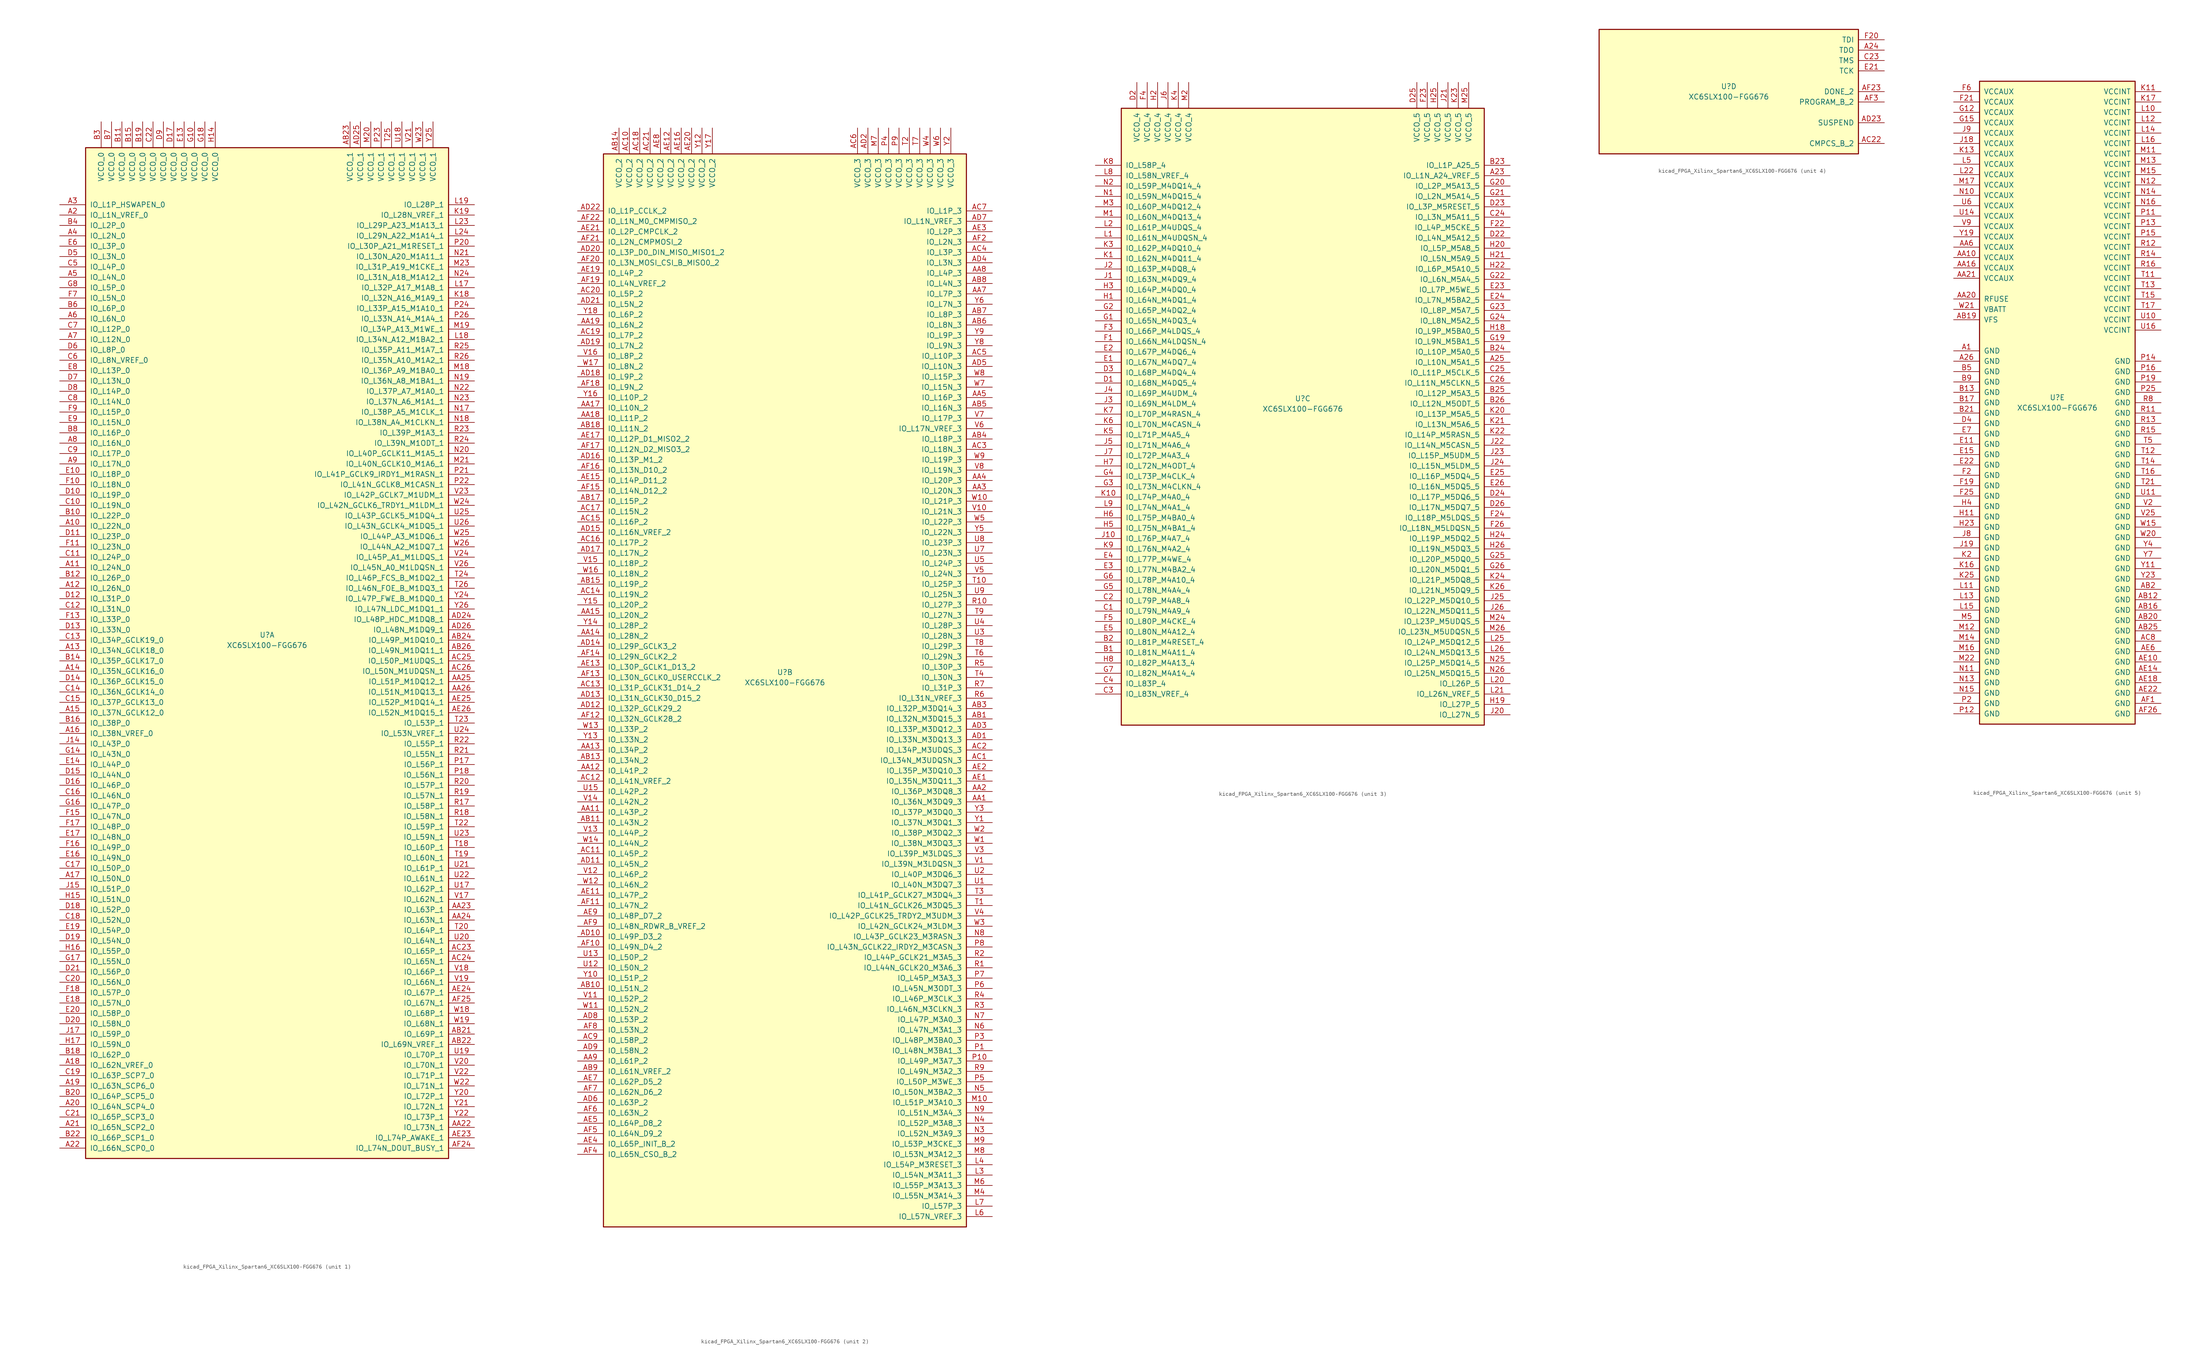
<source format=kicad_sym>
(kicad_symbol_lib
  (version 20220914)
  (generator kicad_symbol_editor)
  (symbol "kicad_FPGA_Xilinx_Spartan6_XC6SLX100-FGG676"
    (pin_names
      (offset 1.016))
    (property "Reference" "U"
      (at 0 1.27 0)
      (effects (font (size 1.27 1.27))))
    (property "Value" "XC6SLX100-FGG676"
      (at 0 -1.27 0)
      (effects (font (size 1.27 1.27))))
    (property "Datasheet" ""
      (at 0 0 0)
      (effects (font (size 1.27 1.27))))
    (property "ki_locked" ""
      (at 0 0 0)
      (effects (font (size 1.27 1.27))))
    (symbol "kicad_FPGA_Xilinx_Spartan6_XC6SLX100-FGG676_1_1"
      (rectangle (start -44.45 120.65) (end 44.45 -127) (stroke (width 0.254) (type default)) (fill (type background)))
      (pin bidirectional line (at -50.8 27.94 0) (length 6.35) (name "IO_L22N_0" (effects (font (size 1.27 1.27)))) (number "A10" (effects (font (size 1.27 1.27)))))
      (pin bidirectional line (at -50.8 17.78 0) (length 6.35) (name "IO_L24N_0" (effects (font (size 1.27 1.27)))) (number "A11" (effects (font (size 1.27 1.27)))))
      (pin bidirectional line (at -50.8 12.7 0) (length 6.35) (name "IO_L26N_0" (effects (font (size 1.27 1.27)))) (number "A12" (effects (font (size 1.27 1.27)))))
      (pin bidirectional line (at -50.8 -2.54 0) (length 6.35) (name "IO_L34N_GCLK18_0" (effects (font (size 1.27 1.27)))) (number "A13" (effects (font (size 1.27 1.27)))))
      (pin bidirectional line (at -50.8 -7.62 0) (length 6.35) (name "IO_L35N_GCLK16_0" (effects (font (size 1.27 1.27)))) (number "A14" (effects (font (size 1.27 1.27)))))
      (pin bidirectional line (at -50.8 -17.78 0) (length 6.35) (name "IO_L37N_GCLK12_0" (effects (font (size 1.27 1.27)))) (number "A15" (effects (font (size 1.27 1.27)))))
      (pin bidirectional line (at -50.8 -22.86 0) (length 6.35) (name "IO_L38N_VREF_0" (effects (font (size 1.27 1.27)))) (number "A16" (effects (font (size 1.27 1.27)))))
      (pin bidirectional line (at -50.8 -58.42 0) (length 6.35) (name "IO_L50N_0" (effects (font (size 1.27 1.27)))) (number "A17" (effects (font (size 1.27 1.27)))))
      (pin bidirectional line (at -50.8 -104.14 0) (length 6.35) (name "IO_L62N_VREF_0" (effects (font (size 1.27 1.27)))) (number "A18" (effects (font (size 1.27 1.27)))))
      (pin bidirectional line (at -50.8 -109.22 0) (length 6.35) (name "IO_L63N_SCP6_0" (effects (font (size 1.27 1.27)))) (number "A19" (effects (font (size 1.27 1.27)))))
      (pin bidirectional line (at -50.8 104.14 0) (length 6.35) (name "IO_L1N_VREF_0" (effects (font (size 1.27 1.27)))) (number "A2" (effects (font (size 1.27 1.27)))))
      (pin bidirectional line (at -50.8 -114.3 0) (length 6.35) (name "IO_L64N_SCP4_0" (effects (font (size 1.27 1.27)))) (number "A20" (effects (font (size 1.27 1.27)))))
      (pin bidirectional line (at -50.8 -119.38 0) (length 6.35) (name "IO_L65N_SCP2_0" (effects (font (size 1.27 1.27)))) (number "A21" (effects (font (size 1.27 1.27)))))
      (pin bidirectional line (at -50.8 -124.46 0) (length 6.35) (name "IO_L66N_SCP0_0" (effects (font (size 1.27 1.27)))) (number "A22" (effects (font (size 1.27 1.27)))))
      (pin bidirectional line (at -50.8 106.68 0) (length 6.35) (name "IO_L1P_HSWAPEN_0" (effects (font (size 1.27 1.27)))) (number "A3" (effects (font (size 1.27 1.27)))))
      (pin bidirectional line (at -50.8 99.06 0) (length 6.35) (name "IO_L2N_0" (effects (font (size 1.27 1.27)))) (number "A4" (effects (font (size 1.27 1.27)))))
      (pin bidirectional line (at -50.8 88.9 0) (length 6.35) (name "IO_L4N_0" (effects (font (size 1.27 1.27)))) (number "A5" (effects (font (size 1.27 1.27)))))
      (pin bidirectional line (at -50.8 78.74 0) (length 6.35) (name "IO_L6N_0" (effects (font (size 1.27 1.27)))) (number "A6" (effects (font (size 1.27 1.27)))))
      (pin bidirectional line (at -50.8 73.66 0) (length 6.35) (name "IO_L12N_0" (effects (font (size 1.27 1.27)))) (number "A7" (effects (font (size 1.27 1.27)))))
      (pin bidirectional line (at -50.8 48.26 0) (length 6.35) (name "IO_L16N_0" (effects (font (size 1.27 1.27)))) (number "A8" (effects (font (size 1.27 1.27)))))
      (pin bidirectional line (at -50.8 43.18 0) (length 6.35) (name "IO_L17N_0" (effects (font (size 1.27 1.27)))) (number "A9" (effects (font (size 1.27 1.27)))))
      (pin bidirectional line (at 50.8 -119.38 180) (length 6.35) (name "IO_L73N_1" (effects (font (size 1.27 1.27)))) (number "AA22" (effects (font (size 1.27 1.27)))))
      (pin bidirectional line (at 50.8 -66.04 180) (length 6.35) (name "IO_L63P_1" (effects (font (size 1.27 1.27)))) (number "AA23" (effects (font (size 1.27 1.27)))))
      (pin bidirectional line (at 50.8 -68.58 180) (length 6.35) (name "IO_L63N_1" (effects (font (size 1.27 1.27)))) (number "AA24" (effects (font (size 1.27 1.27)))))
      (pin bidirectional line (at 50.8 -10.16 180) (length 6.35) (name "IO_L51P_M1DQ12_1" (effects (font (size 1.27 1.27)))) (number "AA25" (effects (font (size 1.27 1.27)))))
      (pin bidirectional line (at 50.8 -12.7 180) (length 6.35) (name "IO_L51N_M1DQ13_1" (effects (font (size 1.27 1.27)))) (number "AA26" (effects (font (size 1.27 1.27)))))
      (pin bidirectional line (at 50.8 -96.52 180) (length 6.35) (name "IO_L69P_1" (effects (font (size 1.27 1.27)))) (number "AB21" (effects (font (size 1.27 1.27)))))
      (pin bidirectional line (at 50.8 -99.06 180) (length 6.35) (name "IO_L69N_VREF_1" (effects (font (size 1.27 1.27)))) (number "AB22" (effects (font (size 1.27 1.27)))))
      (pin power_in line (at 20.32 127 270) (length 6.35) (name "VCCO_1" (effects (font (size 1.27 1.27)))) (number "AB23" (effects (font (size 1.27 1.27)))))
      (pin bidirectional line (at 50.8 0 180) (length 6.35) (name "IO_L49P_M1DQ10_1" (effects (font (size 1.27 1.27)))) (number "AB24" (effects (font (size 1.27 1.27)))))
      (pin bidirectional line (at 50.8 -2.54 180) (length 6.35) (name "IO_L49N_M1DQ11_1" (effects (font (size 1.27 1.27)))) (number "AB26" (effects (font (size 1.27 1.27)))))
      (pin bidirectional line (at 50.8 -76.2 180) (length 6.35) (name "IO_L65P_1" (effects (font (size 1.27 1.27)))) (number "AC23" (effects (font (size 1.27 1.27)))))
      (pin bidirectional line (at 50.8 -78.74 180) (length 6.35) (name "IO_L65N_1" (effects (font (size 1.27 1.27)))) (number "AC24" (effects (font (size 1.27 1.27)))))
      (pin bidirectional line (at 50.8 -5.08 180) (length 6.35) (name "IO_L50P_M1UDQS_1" (effects (font (size 1.27 1.27)))) (number "AC25" (effects (font (size 1.27 1.27)))))
      (pin bidirectional line (at 50.8 -7.62 180) (length 6.35) (name "IO_L50N_M1UDQSN_1" (effects (font (size 1.27 1.27)))) (number "AC26" (effects (font (size 1.27 1.27)))))
      (pin bidirectional line (at 50.8 5.08 180) (length 6.35) (name "IO_L48P_HDC_M1DQ8_1" (effects (font (size 1.27 1.27)))) (number "AD24" (effects (font (size 1.27 1.27)))))
      (pin power_in line (at 22.86 127 270) (length 6.35) (name "VCCO_1" (effects (font (size 1.27 1.27)))) (number "AD25" (effects (font (size 1.27 1.27)))))
      (pin bidirectional line (at 50.8 2.54 180) (length 6.35) (name "IO_L48N_M1DQ9_1" (effects (font (size 1.27 1.27)))) (number "AD26" (effects (font (size 1.27 1.27)))))
      (pin bidirectional line (at 50.8 -121.92 180) (length 6.35) (name "IO_L74P_AWAKE_1" (effects (font (size 1.27 1.27)))) (number "AE23" (effects (font (size 1.27 1.27)))))
      (pin bidirectional line (at 50.8 -86.36 180) (length 6.35) (name "IO_L67P_1" (effects (font (size 1.27 1.27)))) (number "AE24" (effects (font (size 1.27 1.27)))))
      (pin bidirectional line (at 50.8 -15.24 180) (length 6.35) (name "IO_L52P_M1DQ14_1" (effects (font (size 1.27 1.27)))) (number "AE25" (effects (font (size 1.27 1.27)))))
      (pin bidirectional line (at 50.8 -17.78 180) (length 6.35) (name "IO_L52N_M1DQ15_1" (effects (font (size 1.27 1.27)))) (number "AE26" (effects (font (size 1.27 1.27)))))
      (pin bidirectional line (at 50.8 -124.46 180) (length 6.35) (name "IO_L74N_DOUT_BUSY_1" (effects (font (size 1.27 1.27)))) (number "AF24" (effects (font (size 1.27 1.27)))))
      (pin bidirectional line (at 50.8 -88.9 180) (length 6.35) (name "IO_L67N_1" (effects (font (size 1.27 1.27)))) (number "AF25" (effects (font (size 1.27 1.27)))))
      (pin bidirectional line (at -50.8 30.48 0) (length 6.35) (name "IO_L22P_0" (effects (font (size 1.27 1.27)))) (number "B10" (effects (font (size 1.27 1.27)))))
      (pin power_in line (at -35.56 127 270) (length 6.35) (name "VCCO_0" (effects (font (size 1.27 1.27)))) (number "B11" (effects (font (size 1.27 1.27)))))
      (pin bidirectional line (at -50.8 15.24 0) (length 6.35) (name "IO_L26P_0" (effects (font (size 1.27 1.27)))) (number "B12" (effects (font (size 1.27 1.27)))))
      (pin bidirectional line (at -50.8 -5.08 0) (length 6.35) (name "IO_L35P_GCLK17_0" (effects (font (size 1.27 1.27)))) (number "B14" (effects (font (size 1.27 1.27)))))
      (pin power_in line (at -33.02 127 270) (length 6.35) (name "VCCO_0" (effects (font (size 1.27 1.27)))) (number "B15" (effects (font (size 1.27 1.27)))))
      (pin bidirectional line (at -50.8 -20.32 0) (length 6.35) (name "IO_L38P_0" (effects (font (size 1.27 1.27)))) (number "B16" (effects (font (size 1.27 1.27)))))
      (pin bidirectional line (at -50.8 -101.6 0) (length 6.35) (name "IO_L62P_0" (effects (font (size 1.27 1.27)))) (number "B18" (effects (font (size 1.27 1.27)))))
      (pin power_in line (at -30.48 127 270) (length 6.35) (name "VCCO_0" (effects (font (size 1.27 1.27)))) (number "B19" (effects (font (size 1.27 1.27)))))
      (pin bidirectional line (at -50.8 -111.76 0) (length 6.35) (name "IO_L64P_SCP5_0" (effects (font (size 1.27 1.27)))) (number "B20" (effects (font (size 1.27 1.27)))))
      (pin bidirectional line (at -50.8 -121.92 0) (length 6.35) (name "IO_L66P_SCP1_0" (effects (font (size 1.27 1.27)))) (number "B22" (effects (font (size 1.27 1.27)))))
      (pin power_in line (at -40.64 127 270) (length 6.35) (name "VCCO_0" (effects (font (size 1.27 1.27)))) (number "B3" (effects (font (size 1.27 1.27)))))
      (pin bidirectional line (at -50.8 101.6 0) (length 6.35) (name "IO_L2P_0" (effects (font (size 1.27 1.27)))) (number "B4" (effects (font (size 1.27 1.27)))))
      (pin bidirectional line (at -50.8 81.28 0) (length 6.35) (name "IO_L6P_0" (effects (font (size 1.27 1.27)))) (number "B6" (effects (font (size 1.27 1.27)))))
      (pin power_in line (at -38.1 127 270) (length 6.35) (name "VCCO_0" (effects (font (size 1.27 1.27)))) (number "B7" (effects (font (size 1.27 1.27)))))
      (pin bidirectional line (at -50.8 50.8 0) (length 6.35) (name "IO_L16P_0" (effects (font (size 1.27 1.27)))) (number "B8" (effects (font (size 1.27 1.27)))))
      (pin bidirectional line (at -50.8 33.02 0) (length 6.35) (name "IO_L19N_0" (effects (font (size 1.27 1.27)))) (number "C10" (effects (font (size 1.27 1.27)))))
      (pin bidirectional line (at -50.8 20.32 0) (length 6.35) (name "IO_L24P_0" (effects (font (size 1.27 1.27)))) (number "C11" (effects (font (size 1.27 1.27)))))
      (pin bidirectional line (at -50.8 7.62 0) (length 6.35) (name "IO_L31N_0" (effects (font (size 1.27 1.27)))) (number "C12" (effects (font (size 1.27 1.27)))))
      (pin bidirectional line (at -50.8 0 0) (length 6.35) (name "IO_L34P_GCLK19_0" (effects (font (size 1.27 1.27)))) (number "C13" (effects (font (size 1.27 1.27)))))
      (pin bidirectional line (at -50.8 -12.7 0) (length 6.35) (name "IO_L36N_GCLK14_0" (effects (font (size 1.27 1.27)))) (number "C14" (effects (font (size 1.27 1.27)))))
      (pin bidirectional line (at -50.8 -15.24 0) (length 6.35) (name "IO_L37P_GCLK13_0" (effects (font (size 1.27 1.27)))) (number "C15" (effects (font (size 1.27 1.27)))))
      (pin bidirectional line (at -50.8 -38.1 0) (length 6.35) (name "IO_L46N_0" (effects (font (size 1.27 1.27)))) (number "C16" (effects (font (size 1.27 1.27)))))
      (pin bidirectional line (at -50.8 -55.88 0) (length 6.35) (name "IO_L50P_0" (effects (font (size 1.27 1.27)))) (number "C17" (effects (font (size 1.27 1.27)))))
      (pin bidirectional line (at -50.8 -68.58 0) (length 6.35) (name "IO_L52N_0" (effects (font (size 1.27 1.27)))) (number "C18" (effects (font (size 1.27 1.27)))))
      (pin bidirectional line (at -50.8 -106.68 0) (length 6.35) (name "IO_L63P_SCP7_0" (effects (font (size 1.27 1.27)))) (number "C19" (effects (font (size 1.27 1.27)))))
      (pin bidirectional line (at -50.8 -83.82 0) (length 6.35) (name "IO_L56N_0" (effects (font (size 1.27 1.27)))) (number "C20" (effects (font (size 1.27 1.27)))))
      (pin bidirectional line (at -50.8 -116.84 0) (length 6.35) (name "IO_L65P_SCP3_0" (effects (font (size 1.27 1.27)))) (number "C21" (effects (font (size 1.27 1.27)))))
      (pin power_in line (at -27.94 127 270) (length 6.35) (name "VCCO_0" (effects (font (size 1.27 1.27)))) (number "C22" (effects (font (size 1.27 1.27)))))
      (pin bidirectional line (at -50.8 91.44 0) (length 6.35) (name "IO_L4P_0" (effects (font (size 1.27 1.27)))) (number "C5" (effects (font (size 1.27 1.27)))))
      (pin bidirectional line (at -50.8 68.58 0) (length 6.35) (name "IO_L8N_VREF_0" (effects (font (size 1.27 1.27)))) (number "C6" (effects (font (size 1.27 1.27)))))
      (pin bidirectional line (at -50.8 76.2 0) (length 6.35) (name "IO_L12P_0" (effects (font (size 1.27 1.27)))) (number "C7" (effects (font (size 1.27 1.27)))))
      (pin bidirectional line (at -50.8 58.42 0) (length 6.35) (name "IO_L14N_0" (effects (font (size 1.27 1.27)))) (number "C8" (effects (font (size 1.27 1.27)))))
      (pin bidirectional line (at -50.8 45.72 0) (length 6.35) (name "IO_L17P_0" (effects (font (size 1.27 1.27)))) (number "C9" (effects (font (size 1.27 1.27)))))
      (pin bidirectional line (at -50.8 35.56 0) (length 6.35) (name "IO_L19P_0" (effects (font (size 1.27 1.27)))) (number "D10" (effects (font (size 1.27 1.27)))))
      (pin bidirectional line (at -50.8 25.4 0) (length 6.35) (name "IO_L23P_0" (effects (font (size 1.27 1.27)))) (number "D11" (effects (font (size 1.27 1.27)))))
      (pin bidirectional line (at -50.8 10.16 0) (length 6.35) (name "IO_L31P_0" (effects (font (size 1.27 1.27)))) (number "D12" (effects (font (size 1.27 1.27)))))
      (pin bidirectional line (at -50.8 2.54 0) (length 6.35) (name "IO_L33N_0" (effects (font (size 1.27 1.27)))) (number "D13" (effects (font (size 1.27 1.27)))))
      (pin bidirectional line (at -50.8 -10.16 0) (length 6.35) (name "IO_L36P_GCLK15_0" (effects (font (size 1.27 1.27)))) (number "D14" (effects (font (size 1.27 1.27)))))
      (pin bidirectional line (at -50.8 -33.02 0) (length 6.35) (name "IO_L44N_0" (effects (font (size 1.27 1.27)))) (number "D15" (effects (font (size 1.27 1.27)))))
      (pin bidirectional line (at -50.8 -35.56 0) (length 6.35) (name "IO_L46P_0" (effects (font (size 1.27 1.27)))) (number "D16" (effects (font (size 1.27 1.27)))))
      (pin power_in line (at -22.86 127 270) (length 6.35) (name "VCCO_0" (effects (font (size 1.27 1.27)))) (number "D17" (effects (font (size 1.27 1.27)))))
      (pin bidirectional line (at -50.8 -66.04 0) (length 6.35) (name "IO_L52P_0" (effects (font (size 1.27 1.27)))) (number "D18" (effects (font (size 1.27 1.27)))))
      (pin bidirectional line (at -50.8 -73.66 0) (length 6.35) (name "IO_L54N_0" (effects (font (size 1.27 1.27)))) (number "D19" (effects (font (size 1.27 1.27)))))
      (pin bidirectional line (at -50.8 -93.98 0) (length 6.35) (name "IO_L58N_0" (effects (font (size 1.27 1.27)))) (number "D20" (effects (font (size 1.27 1.27)))))
      (pin bidirectional line (at -50.8 -81.28 0) (length 6.35) (name "IO_L56P_0" (effects (font (size 1.27 1.27)))) (number "D21" (effects (font (size 1.27 1.27)))))
      (pin bidirectional line (at -50.8 93.98 0) (length 6.35) (name "IO_L3N_0" (effects (font (size 1.27 1.27)))) (number "D5" (effects (font (size 1.27 1.27)))))
      (pin bidirectional line (at -50.8 71.12 0) (length 6.35) (name "IO_L8P_0" (effects (font (size 1.27 1.27)))) (number "D6" (effects (font (size 1.27 1.27)))))
      (pin bidirectional line (at -50.8 63.5 0) (length 6.35) (name "IO_L13N_0" (effects (font (size 1.27 1.27)))) (number "D7" (effects (font (size 1.27 1.27)))))
      (pin bidirectional line (at -50.8 60.96 0) (length 6.35) (name "IO_L14P_0" (effects (font (size 1.27 1.27)))) (number "D8" (effects (font (size 1.27 1.27)))))
      (pin power_in line (at -25.4 127 270) (length 6.35) (name "VCCO_0" (effects (font (size 1.27 1.27)))) (number "D9" (effects (font (size 1.27 1.27)))))
      (pin bidirectional line (at -50.8 40.64 0) (length 6.35) (name "IO_L18P_0" (effects (font (size 1.27 1.27)))) (number "E10" (effects (font (size 1.27 1.27)))))
      (pin power_in line (at -20.32 127 270) (length 6.35) (name "VCCO_0" (effects (font (size 1.27 1.27)))) (number "E13" (effects (font (size 1.27 1.27)))))
      (pin bidirectional line (at -50.8 -30.48 0) (length 6.35) (name "IO_L44P_0" (effects (font (size 1.27 1.27)))) (number "E14" (effects (font (size 1.27 1.27)))))
      (pin bidirectional line (at -50.8 -53.34 0) (length 6.35) (name "IO_L49N_0" (effects (font (size 1.27 1.27)))) (number "E16" (effects (font (size 1.27 1.27)))))
      (pin bidirectional line (at -50.8 -48.26 0) (length 6.35) (name "IO_L48N_0" (effects (font (size 1.27 1.27)))) (number "E17" (effects (font (size 1.27 1.27)))))
      (pin bidirectional line (at -50.8 -88.9 0) (length 6.35) (name "IO_L57N_0" (effects (font (size 1.27 1.27)))) (number "E18" (effects (font (size 1.27 1.27)))))
      (pin bidirectional line (at -50.8 -71.12 0) (length 6.35) (name "IO_L54P_0" (effects (font (size 1.27 1.27)))) (number "E19" (effects (font (size 1.27 1.27)))))
      (pin bidirectional line (at -50.8 -91.44 0) (length 6.35) (name "IO_L58P_0" (effects (font (size 1.27 1.27)))) (number "E20" (effects (font (size 1.27 1.27)))))
      (pin bidirectional line (at -50.8 96.52 0) (length 6.35) (name "IO_L3P_0" (effects (font (size 1.27 1.27)))) (number "E6" (effects (font (size 1.27 1.27)))))
      (pin bidirectional line (at -50.8 66.04 0) (length 6.35) (name "IO_L13P_0" (effects (font (size 1.27 1.27)))) (number "E8" (effects (font (size 1.27 1.27)))))
      (pin bidirectional line (at -50.8 53.34 0) (length 6.35) (name "IO_L15N_0" (effects (font (size 1.27 1.27)))) (number "E9" (effects (font (size 1.27 1.27)))))
      (pin bidirectional line (at -50.8 38.1 0) (length 6.35) (name "IO_L18N_0" (effects (font (size 1.27 1.27)))) (number "F10" (effects (font (size 1.27 1.27)))))
      (pin bidirectional line (at -50.8 22.86 0) (length 6.35) (name "IO_L23N_0" (effects (font (size 1.27 1.27)))) (number "F11" (effects (font (size 1.27 1.27)))))
      (pin bidirectional line (at -50.8 5.08 0) (length 6.35) (name "IO_L33P_0" (effects (font (size 1.27 1.27)))) (number "F13" (effects (font (size 1.27 1.27)))))
      (pin bidirectional line (at -50.8 -43.18 0) (length 6.35) (name "IO_L47N_0" (effects (font (size 1.27 1.27)))) (number "F15" (effects (font (size 1.27 1.27)))))
      (pin bidirectional line (at -50.8 -50.8 0) (length 6.35) (name "IO_L49P_0" (effects (font (size 1.27 1.27)))) (number "F16" (effects (font (size 1.27 1.27)))))
      (pin bidirectional line (at -50.8 -45.72 0) (length 6.35) (name "IO_L48P_0" (effects (font (size 1.27 1.27)))) (number "F17" (effects (font (size 1.27 1.27)))))
      (pin bidirectional line (at -50.8 -86.36 0) (length 6.35) (name "IO_L57P_0" (effects (font (size 1.27 1.27)))) (number "F18" (effects (font (size 1.27 1.27)))))
      (pin bidirectional line (at -50.8 83.82 0) (length 6.35) (name "IO_L5N_0" (effects (font (size 1.27 1.27)))) (number "F7" (effects (font (size 1.27 1.27)))))
      (pin bidirectional line (at -50.8 55.88 0) (length 6.35) (name "IO_L15P_0" (effects (font (size 1.27 1.27)))) (number "F9" (effects (font (size 1.27 1.27)))))
      (pin power_in line (at -17.78 127 270) (length 6.35) (name "VCCO_0" (effects (font (size 1.27 1.27)))) (number "G10" (effects (font (size 1.27 1.27)))))
      (pin bidirectional line (at -50.8 -27.94 0) (length 6.35) (name "IO_L43N_0" (effects (font (size 1.27 1.27)))) (number "G14" (effects (font (size 1.27 1.27)))))
      (pin bidirectional line (at -50.8 -40.64 0) (length 6.35) (name "IO_L47P_0" (effects (font (size 1.27 1.27)))) (number "G16" (effects (font (size 1.27 1.27)))))
      (pin bidirectional line (at -50.8 -78.74 0) (length 6.35) (name "IO_L55N_0" (effects (font (size 1.27 1.27)))) (number "G17" (effects (font (size 1.27 1.27)))))
      (pin power_in line (at -15.24 127 270) (length 6.35) (name "VCCO_0" (effects (font (size 1.27 1.27)))) (number "G18" (effects (font (size 1.27 1.27)))))
      (pin bidirectional line (at -50.8 86.36 0) (length 6.35) (name "IO_L5P_0" (effects (font (size 1.27 1.27)))) (number "G8" (effects (font (size 1.27 1.27)))))
      (pin power_in line (at -12.7 127 270) (length 6.35) (name "VCCO_0" (effects (font (size 1.27 1.27)))) (number "H14" (effects (font (size 1.27 1.27)))))
      (pin bidirectional line (at -50.8 -63.5 0) (length 6.35) (name "IO_L51N_0" (effects (font (size 1.27 1.27)))) (number "H15" (effects (font (size 1.27 1.27)))))
      (pin bidirectional line (at -50.8 -76.2 0) (length 6.35) (name "IO_L55P_0" (effects (font (size 1.27 1.27)))) (number "H16" (effects (font (size 1.27 1.27)))))
      (pin bidirectional line (at -50.8 -99.06 0) (length 6.35) (name "IO_L59N_0" (effects (font (size 1.27 1.27)))) (number "H17" (effects (font (size 1.27 1.27)))))
      (pin bidirectional line (at -50.8 -25.4 0) (length 6.35) (name "IO_L43P_0" (effects (font (size 1.27 1.27)))) (number "J14" (effects (font (size 1.27 1.27)))))
      (pin bidirectional line (at -50.8 -60.96 0) (length 6.35) (name "IO_L51P_0" (effects (font (size 1.27 1.27)))) (number "J15" (effects (font (size 1.27 1.27)))))
      (pin bidirectional line (at -50.8 -96.52 0) (length 6.35) (name "IO_L59P_0" (effects (font (size 1.27 1.27)))) (number "J17" (effects (font (size 1.27 1.27)))))
      (pin bidirectional line (at 50.8 83.82 180) (length 6.35) (name "IO_L32N_A16_M1A9_1" (effects (font (size 1.27 1.27)))) (number "K18" (effects (font (size 1.27 1.27)))))
      (pin bidirectional line (at 50.8 104.14 180) (length 6.35) (name "IO_L28N_VREF_1" (effects (font (size 1.27 1.27)))) (number "K19" (effects (font (size 1.27 1.27)))))
      (pin bidirectional line (at 50.8 86.36 180) (length 6.35) (name "IO_L32P_A17_M1A8_1" (effects (font (size 1.27 1.27)))) (number "L17" (effects (font (size 1.27 1.27)))))
      (pin bidirectional line (at 50.8 73.66 180) (length 6.35) (name "IO_L34N_A12_M1BA2_1" (effects (font (size 1.27 1.27)))) (number "L18" (effects (font (size 1.27 1.27)))))
      (pin bidirectional line (at 50.8 106.68 180) (length 6.35) (name "IO_L28P_1" (effects (font (size 1.27 1.27)))) (number "L19" (effects (font (size 1.27 1.27)))))
      (pin bidirectional line (at 50.8 101.6 180) (length 6.35) (name "IO_L29P_A23_M1A13_1" (effects (font (size 1.27 1.27)))) (number "L23" (effects (font (size 1.27 1.27)))))
      (pin bidirectional line (at 50.8 99.06 180) (length 6.35) (name "IO_L29N_A22_M1A14_1" (effects (font (size 1.27 1.27)))) (number "L24" (effects (font (size 1.27 1.27)))))
      (pin bidirectional line (at 50.8 66.04 180) (length 6.35) (name "IO_L36P_A9_M1BA0_1" (effects (font (size 1.27 1.27)))) (number "M18" (effects (font (size 1.27 1.27)))))
      (pin bidirectional line (at 50.8 76.2 180) (length 6.35) (name "IO_L34P_A13_M1WE_1" (effects (font (size 1.27 1.27)))) (number "M19" (effects (font (size 1.27 1.27)))))
      (pin power_in line (at 25.4 127 270) (length 6.35) (name "VCCO_1" (effects (font (size 1.27 1.27)))) (number "M20" (effects (font (size 1.27 1.27)))))
      (pin bidirectional line (at 50.8 43.18 180) (length 6.35) (name "IO_L40N_GCLK10_M1A6_1" (effects (font (size 1.27 1.27)))) (number "M21" (effects (font (size 1.27 1.27)))))
      (pin bidirectional line (at 50.8 91.44 180) (length 6.35) (name "IO_L31P_A19_M1CKE_1" (effects (font (size 1.27 1.27)))) (number "M23" (effects (font (size 1.27 1.27)))))
      (pin bidirectional line (at 50.8 55.88 180) (length 6.35) (name "IO_L38P_A5_M1CLK_1" (effects (font (size 1.27 1.27)))) (number "N17" (effects (font (size 1.27 1.27)))))
      (pin bidirectional line (at 50.8 53.34 180) (length 6.35) (name "IO_L38N_A4_M1CLKN_1" (effects (font (size 1.27 1.27)))) (number "N18" (effects (font (size 1.27 1.27)))))
      (pin bidirectional line (at 50.8 63.5 180) (length 6.35) (name "IO_L36N_A8_M1BA1_1" (effects (font (size 1.27 1.27)))) (number "N19" (effects (font (size 1.27 1.27)))))
      (pin bidirectional line (at 50.8 45.72 180) (length 6.35) (name "IO_L40P_GCLK11_M1A5_1" (effects (font (size 1.27 1.27)))) (number "N20" (effects (font (size 1.27 1.27)))))
      (pin bidirectional line (at 50.8 93.98 180) (length 6.35) (name "IO_L30N_A20_M1A11_1" (effects (font (size 1.27 1.27)))) (number "N21" (effects (font (size 1.27 1.27)))))
      (pin bidirectional line (at 50.8 60.96 180) (length 6.35) (name "IO_L37P_A7_M1A0_1" (effects (font (size 1.27 1.27)))) (number "N22" (effects (font (size 1.27 1.27)))))
      (pin bidirectional line (at 50.8 58.42 180) (length 6.35) (name "IO_L37N_A6_M1A1_1" (effects (font (size 1.27 1.27)))) (number "N23" (effects (font (size 1.27 1.27)))))
      (pin bidirectional line (at 50.8 88.9 180) (length 6.35) (name "IO_L31N_A18_M1A12_1" (effects (font (size 1.27 1.27)))) (number "N24" (effects (font (size 1.27 1.27)))))
      (pin bidirectional line (at 50.8 -30.48 180) (length 6.35) (name "IO_L56P_1" (effects (font (size 1.27 1.27)))) (number "P17" (effects (font (size 1.27 1.27)))))
      (pin bidirectional line (at 50.8 -33.02 180) (length 6.35) (name "IO_L56N_1" (effects (font (size 1.27 1.27)))) (number "P18" (effects (font (size 1.27 1.27)))))
      (pin bidirectional line (at 50.8 96.52 180) (length 6.35) (name "IO_L30P_A21_M1RESET_1" (effects (font (size 1.27 1.27)))) (number "P20" (effects (font (size 1.27 1.27)))))
      (pin bidirectional line (at 50.8 40.64 180) (length 6.35) (name "IO_L41P_GCLK9_IRDY1_M1RASN_1" (effects (font (size 1.27 1.27)))) (number "P21" (effects (font (size 1.27 1.27)))))
      (pin bidirectional line (at 50.8 38.1 180) (length 6.35) (name "IO_L41N_GCLK8_M1CASN_1" (effects (font (size 1.27 1.27)))) (number "P22" (effects (font (size 1.27 1.27)))))
      (pin power_in line (at 27.94 127 270) (length 6.35) (name "VCCO_1" (effects (font (size 1.27 1.27)))) (number "P23" (effects (font (size 1.27 1.27)))))
      (pin bidirectional line (at 50.8 81.28 180) (length 6.35) (name "IO_L33P_A15_M1A10_1" (effects (font (size 1.27 1.27)))) (number "P24" (effects (font (size 1.27 1.27)))))
      (pin bidirectional line (at 50.8 78.74 180) (length 6.35) (name "IO_L33N_A14_M1A4_1" (effects (font (size 1.27 1.27)))) (number "P26" (effects (font (size 1.27 1.27)))))
      (pin bidirectional line (at 50.8 -40.64 180) (length 6.35) (name "IO_L58P_1" (effects (font (size 1.27 1.27)))) (number "R17" (effects (font (size 1.27 1.27)))))
      (pin bidirectional line (at 50.8 -43.18 180) (length 6.35) (name "IO_L58N_1" (effects (font (size 1.27 1.27)))) (number "R18" (effects (font (size 1.27 1.27)))))
      (pin bidirectional line (at 50.8 -38.1 180) (length 6.35) (name "IO_L57N_1" (effects (font (size 1.27 1.27)))) (number "R19" (effects (font (size 1.27 1.27)))))
      (pin bidirectional line (at 50.8 -35.56 180) (length 6.35) (name "IO_L57P_1" (effects (font (size 1.27 1.27)))) (number "R20" (effects (font (size 1.27 1.27)))))
      (pin bidirectional line (at 50.8 -27.94 180) (length 6.35) (name "IO_L55N_1" (effects (font (size 1.27 1.27)))) (number "R21" (effects (font (size 1.27 1.27)))))
      (pin bidirectional line (at 50.8 -25.4 180) (length 6.35) (name "IO_L55P_1" (effects (font (size 1.27 1.27)))) (number "R22" (effects (font (size 1.27 1.27)))))
      (pin bidirectional line (at 50.8 50.8 180) (length 6.35) (name "IO_L39P_M1A3_1" (effects (font (size 1.27 1.27)))) (number "R23" (effects (font (size 1.27 1.27)))))
      (pin bidirectional line (at 50.8 48.26 180) (length 6.35) (name "IO_L39N_M1ODT_1" (effects (font (size 1.27 1.27)))) (number "R24" (effects (font (size 1.27 1.27)))))
      (pin bidirectional line (at 50.8 71.12 180) (length 6.35) (name "IO_L35P_A11_M1A7_1" (effects (font (size 1.27 1.27)))) (number "R25" (effects (font (size 1.27 1.27)))))
      (pin bidirectional line (at 50.8 68.58 180) (length 6.35) (name "IO_L35N_A10_M1A2_1" (effects (font (size 1.27 1.27)))) (number "R26" (effects (font (size 1.27 1.27)))))
      (pin bidirectional line (at 50.8 -50.8 180) (length 6.35) (name "IO_L60P_1" (effects (font (size 1.27 1.27)))) (number "T18" (effects (font (size 1.27 1.27)))))
      (pin bidirectional line (at 50.8 -53.34 180) (length 6.35) (name "IO_L60N_1" (effects (font (size 1.27 1.27)))) (number "T19" (effects (font (size 1.27 1.27)))))
      (pin bidirectional line (at 50.8 -71.12 180) (length 6.35) (name "IO_L64P_1" (effects (font (size 1.27 1.27)))) (number "T20" (effects (font (size 1.27 1.27)))))
      (pin bidirectional line (at 50.8 -45.72 180) (length 6.35) (name "IO_L59P_1" (effects (font (size 1.27 1.27)))) (number "T22" (effects (font (size 1.27 1.27)))))
      (pin bidirectional line (at 50.8 -20.32 180) (length 6.35) (name "IO_L53P_1" (effects (font (size 1.27 1.27)))) (number "T23" (effects (font (size 1.27 1.27)))))
      (pin bidirectional line (at 50.8 15.24 180) (length 6.35) (name "IO_L46P_FCS_B_M1DQ2_1" (effects (font (size 1.27 1.27)))) (number "T24" (effects (font (size 1.27 1.27)))))
      (pin power_in line (at 30.48 127 270) (length 6.35) (name "VCCO_1" (effects (font (size 1.27 1.27)))) (number "T25" (effects (font (size 1.27 1.27)))))
      (pin bidirectional line (at 50.8 12.7 180) (length 6.35) (name "IO_L46N_FOE_B_M1DQ3_1" (effects (font (size 1.27 1.27)))) (number "T26" (effects (font (size 1.27 1.27)))))
      (pin bidirectional line (at 50.8 -60.96 180) (length 6.35) (name "IO_L62P_1" (effects (font (size 1.27 1.27)))) (number "U17" (effects (font (size 1.27 1.27)))))
      (pin power_in line (at 33.02 127 270) (length 6.35) (name "VCCO_1" (effects (font (size 1.27 1.27)))) (number "U18" (effects (font (size 1.27 1.27)))))
      (pin bidirectional line (at 50.8 -101.6 180) (length 6.35) (name "IO_L70P_1" (effects (font (size 1.27 1.27)))) (number "U19" (effects (font (size 1.27 1.27)))))
      (pin bidirectional line (at 50.8 -73.66 180) (length 6.35) (name "IO_L64N_1" (effects (font (size 1.27 1.27)))) (number "U20" (effects (font (size 1.27 1.27)))))
      (pin bidirectional line (at 50.8 -55.88 180) (length 6.35) (name "IO_L61P_1" (effects (font (size 1.27 1.27)))) (number "U21" (effects (font (size 1.27 1.27)))))
      (pin bidirectional line (at 50.8 -58.42 180) (length 6.35) (name "IO_L61N_1" (effects (font (size 1.27 1.27)))) (number "U22" (effects (font (size 1.27 1.27)))))
      (pin bidirectional line (at 50.8 -48.26 180) (length 6.35) (name "IO_L59N_1" (effects (font (size 1.27 1.27)))) (number "U23" (effects (font (size 1.27 1.27)))))
      (pin bidirectional line (at 50.8 -22.86 180) (length 6.35) (name "IO_L53N_VREF_1" (effects (font (size 1.27 1.27)))) (number "U24" (effects (font (size 1.27 1.27)))))
      (pin bidirectional line (at 50.8 30.48 180) (length 6.35) (name "IO_L43P_GCLK5_M1DQ4_1" (effects (font (size 1.27 1.27)))) (number "U25" (effects (font (size 1.27 1.27)))))
      (pin bidirectional line (at 50.8 27.94 180) (length 6.35) (name "IO_L43N_GCLK4_M1DQ5_1" (effects (font (size 1.27 1.27)))) (number "U26" (effects (font (size 1.27 1.27)))))
      (pin bidirectional line (at 50.8 -63.5 180) (length 6.35) (name "IO_L62N_1" (effects (font (size 1.27 1.27)))) (number "V17" (effects (font (size 1.27 1.27)))))
      (pin bidirectional line (at 50.8 -81.28 180) (length 6.35) (name "IO_L66P_1" (effects (font (size 1.27 1.27)))) (number "V18" (effects (font (size 1.27 1.27)))))
      (pin bidirectional line (at 50.8 -83.82 180) (length 6.35) (name "IO_L66N_1" (effects (font (size 1.27 1.27)))) (number "V19" (effects (font (size 1.27 1.27)))))
      (pin bidirectional line (at 50.8 -104.14 180) (length 6.35) (name "IO_L70N_1" (effects (font (size 1.27 1.27)))) (number "V20" (effects (font (size 1.27 1.27)))))
      (pin power_in line (at 35.56 127 270) (length 6.35) (name "VCCO_1" (effects (font (size 1.27 1.27)))) (number "V21" (effects (font (size 1.27 1.27)))))
      (pin bidirectional line (at 50.8 -106.68 180) (length 6.35) (name "IO_L71P_1" (effects (font (size 1.27 1.27)))) (number "V22" (effects (font (size 1.27 1.27)))))
      (pin bidirectional line (at 50.8 35.56 180) (length 6.35) (name "IO_L42P_GCLK7_M1UDM_1" (effects (font (size 1.27 1.27)))) (number "V23" (effects (font (size 1.27 1.27)))))
      (pin bidirectional line (at 50.8 20.32 180) (length 6.35) (name "IO_L45P_A1_M1LDQS_1" (effects (font (size 1.27 1.27)))) (number "V24" (effects (font (size 1.27 1.27)))))
      (pin bidirectional line (at 50.8 17.78 180) (length 6.35) (name "IO_L45N_A0_M1LDQSN_1" (effects (font (size 1.27 1.27)))) (number "V26" (effects (font (size 1.27 1.27)))))
      (pin bidirectional line (at 50.8 -91.44 180) (length 6.35) (name "IO_L68P_1" (effects (font (size 1.27 1.27)))) (number "W18" (effects (font (size 1.27 1.27)))))
      (pin bidirectional line (at 50.8 -93.98 180) (length 6.35) (name "IO_L68N_1" (effects (font (size 1.27 1.27)))) (number "W19" (effects (font (size 1.27 1.27)))))
      (pin bidirectional line (at 50.8 -109.22 180) (length 6.35) (name "IO_L71N_1" (effects (font (size 1.27 1.27)))) (number "W22" (effects (font (size 1.27 1.27)))))
      (pin power_in line (at 38.1 127 270) (length 6.35) (name "VCCO_1" (effects (font (size 1.27 1.27)))) (number "W23" (effects (font (size 1.27 1.27)))))
      (pin bidirectional line (at 50.8 33.02 180) (length 6.35) (name "IO_L42N_GCLK6_TRDY1_M1LDM_1" (effects (font (size 1.27 1.27)))) (number "W24" (effects (font (size 1.27 1.27)))))
      (pin bidirectional line (at 50.8 25.4 180) (length 6.35) (name "IO_L44P_A3_M1DQ6_1" (effects (font (size 1.27 1.27)))) (number "W25" (effects (font (size 1.27 1.27)))))
      (pin bidirectional line (at 50.8 22.86 180) (length 6.35) (name "IO_L44N_A2_M1DQ7_1" (effects (font (size 1.27 1.27)))) (number "W26" (effects (font (size 1.27 1.27)))))
      (pin bidirectional line (at 50.8 -111.76 180) (length 6.35) (name "IO_L72P_1" (effects (font (size 1.27 1.27)))) (number "Y20" (effects (font (size 1.27 1.27)))))
      (pin bidirectional line (at 50.8 -114.3 180) (length 6.35) (name "IO_L72N_1" (effects (font (size 1.27 1.27)))) (number "Y21" (effects (font (size 1.27 1.27)))))
      (pin bidirectional line (at 50.8 -116.84 180) (length 6.35) (name "IO_L73P_1" (effects (font (size 1.27 1.27)))) (number "Y22" (effects (font (size 1.27 1.27)))))
      (pin bidirectional line (at 50.8 10.16 180) (length 6.35) (name "IO_L47P_FWE_B_M1DQ0_1" (effects (font (size 1.27 1.27)))) (number "Y24" (effects (font (size 1.27 1.27)))))
      (pin power_in line (at 40.64 127 270) (length 6.35) (name "VCCO_1" (effects (font (size 1.27 1.27)))) (number "Y25" (effects (font (size 1.27 1.27)))))
      (pin bidirectional line (at 50.8 7.62 180) (length 6.35) (name "IO_L47N_LDC_M1DQ1_1" (effects (font (size 1.27 1.27)))) (number "Y26" (effects (font (size 1.27 1.27))))))
    (symbol "kicad_FPGA_Xilinx_Spartan6_XC6SLX100-FGG676_2_1"
      (rectangle (start -44.45 128.27) (end 44.45 -134.62) (stroke (width 0.254) (type default)) (fill (type background)))
      (pin bidirectional line (at 50.8 -30.48 180) (length 6.35) (name "IO_L36N_M3DQ9_3" (effects (font (size 1.27 1.27)))) (number "AA1" (effects (font (size 1.27 1.27)))))
      (pin bidirectional line (at -50.8 -33.02 0) (length 6.35) (name "IO_L43P_2" (effects (font (size 1.27 1.27)))) (number "AA11" (effects (font (size 1.27 1.27)))))
      (pin bidirectional line (at -50.8 -22.86 0) (length 6.35) (name "IO_L41P_2" (effects (font (size 1.27 1.27)))) (number "AA12" (effects (font (size 1.27 1.27)))))
      (pin bidirectional line (at -50.8 -17.78 0) (length 6.35) (name "IO_L34P_2" (effects (font (size 1.27 1.27)))) (number "AA13" (effects (font (size 1.27 1.27)))))
      (pin bidirectional line (at -50.8 10.16 0) (length 6.35) (name "IO_L28N_2" (effects (font (size 1.27 1.27)))) (number "AA14" (effects (font (size 1.27 1.27)))))
      (pin bidirectional line (at -50.8 15.24 0) (length 6.35) (name "IO_L20N_2" (effects (font (size 1.27 1.27)))) (number "AA15" (effects (font (size 1.27 1.27)))))
      (pin bidirectional line (at -50.8 66.04 0) (length 6.35) (name "IO_L10N_2" (effects (font (size 1.27 1.27)))) (number "AA17" (effects (font (size 1.27 1.27)))))
      (pin bidirectional line (at -50.8 63.5 0) (length 6.35) (name "IO_L11P_2" (effects (font (size 1.27 1.27)))) (number "AA18" (effects (font (size 1.27 1.27)))))
      (pin bidirectional line (at -50.8 86.36 0) (length 6.35) (name "IO_L6N_2" (effects (font (size 1.27 1.27)))) (number "AA19" (effects (font (size 1.27 1.27)))))
      (pin bidirectional line (at 50.8 -27.94 180) (length 6.35) (name "IO_L36P_M3DQ8_3" (effects (font (size 1.27 1.27)))) (number "AA2" (effects (font (size 1.27 1.27)))))
      (pin bidirectional line (at 50.8 45.72 180) (length 6.35) (name "IO_L20N_3" (effects (font (size 1.27 1.27)))) (number "AA3" (effects (font (size 1.27 1.27)))))
      (pin bidirectional line (at 50.8 48.26 180) (length 6.35) (name "IO_L20P_3" (effects (font (size 1.27 1.27)))) (number "AA4" (effects (font (size 1.27 1.27)))))
      (pin bidirectional line (at 50.8 68.58 180) (length 6.35) (name "IO_L16P_3" (effects (font (size 1.27 1.27)))) (number "AA5" (effects (font (size 1.27 1.27)))))
      (pin bidirectional line (at 50.8 93.98 180) (length 6.35) (name "IO_L7P_3" (effects (font (size 1.27 1.27)))) (number "AA7" (effects (font (size 1.27 1.27)))))
      (pin bidirectional line (at 50.8 99.06 180) (length 6.35) (name "IO_L4P_3" (effects (font (size 1.27 1.27)))) (number "AA8" (effects (font (size 1.27 1.27)))))
      (pin bidirectional line (at -50.8 -93.98 0) (length 6.35) (name "IO_L61P_2" (effects (font (size 1.27 1.27)))) (number "AA9" (effects (font (size 1.27 1.27)))))
      (pin bidirectional line (at 50.8 -10.16 180) (length 6.35) (name "IO_L32N_M3DQ15_3" (effects (font (size 1.27 1.27)))) (number "AB1" (effects (font (size 1.27 1.27)))))
      (pin bidirectional line (at -50.8 -76.2 0) (length 6.35) (name "IO_L51N_2" (effects (font (size 1.27 1.27)))) (number "AB10" (effects (font (size 1.27 1.27)))))
      (pin bidirectional line (at -50.8 -35.56 0) (length 6.35) (name "IO_L43N_2" (effects (font (size 1.27 1.27)))) (number "AB11" (effects (font (size 1.27 1.27)))))
      (pin bidirectional line (at -50.8 -20.32 0) (length 6.35) (name "IO_L34N_2" (effects (font (size 1.27 1.27)))) (number "AB13" (effects (font (size 1.27 1.27)))))
      (pin power_in line (at -40.64 134.62 270) (length 6.35) (name "VCCO_2" (effects (font (size 1.27 1.27)))) (number "AB14" (effects (font (size 1.27 1.27)))))
      (pin bidirectional line (at -50.8 22.86 0) (length 6.35) (name "IO_L19P_2" (effects (font (size 1.27 1.27)))) (number "AB15" (effects (font (size 1.27 1.27)))))
      (pin bidirectional line (at -50.8 43.18 0) (length 6.35) (name "IO_L15P_2" (effects (font (size 1.27 1.27)))) (number "AB17" (effects (font (size 1.27 1.27)))))
      (pin bidirectional line (at -50.8 60.96 0) (length 6.35) (name "IO_L11N_2" (effects (font (size 1.27 1.27)))) (number "AB18" (effects (font (size 1.27 1.27)))))
      (pin bidirectional line (at 50.8 -7.62 180) (length 6.35) (name "IO_L32P_M3DQ14_3" (effects (font (size 1.27 1.27)))) (number "AB3" (effects (font (size 1.27 1.27)))))
      (pin bidirectional line (at 50.8 58.42 180) (length 6.35) (name "IO_L18P_3" (effects (font (size 1.27 1.27)))) (number "AB4" (effects (font (size 1.27 1.27)))))
      (pin bidirectional line (at 50.8 66.04 180) (length 6.35) (name "IO_L16N_3" (effects (font (size 1.27 1.27)))) (number "AB5" (effects (font (size 1.27 1.27)))))
      (pin bidirectional line (at 50.8 86.36 180) (length 6.35) (name "IO_L8N_3" (effects (font (size 1.27 1.27)))) (number "AB6" (effects (font (size 1.27 1.27)))))
      (pin bidirectional line (at 50.8 88.9 180) (length 6.35) (name "IO_L8P_3" (effects (font (size 1.27 1.27)))) (number "AB7" (effects (font (size 1.27 1.27)))))
      (pin bidirectional line (at 50.8 96.52 180) (length 6.35) (name "IO_L4N_3" (effects (font (size 1.27 1.27)))) (number "AB8" (effects (font (size 1.27 1.27)))))
      (pin bidirectional line (at -50.8 -96.52 0) (length 6.35) (name "IO_L61N_VREF_2" (effects (font (size 1.27 1.27)))) (number "AB9" (effects (font (size 1.27 1.27)))))
      (pin bidirectional line (at 50.8 -20.32 180) (length 6.35) (name "IO_L34N_M3UDQSN_3" (effects (font (size 1.27 1.27)))) (number "AC1" (effects (font (size 1.27 1.27)))))
      (pin power_in line (at -38.1 134.62 270) (length 6.35) (name "VCCO_2" (effects (font (size 1.27 1.27)))) (number "AC10" (effects (font (size 1.27 1.27)))))
      (pin bidirectional line (at -50.8 -43.18 0) (length 6.35) (name "IO_L45P_2" (effects (font (size 1.27 1.27)))) (number "AC11" (effects (font (size 1.27 1.27)))))
      (pin bidirectional line (at -50.8 -25.4 0) (length 6.35) (name "IO_L41N_VREF_2" (effects (font (size 1.27 1.27)))) (number "AC12" (effects (font (size 1.27 1.27)))))
      (pin bidirectional line (at -50.8 -2.54 0) (length 6.35) (name "IO_L31P_GCLK31_D14_2" (effects (font (size 1.27 1.27)))) (number "AC13" (effects (font (size 1.27 1.27)))))
      (pin bidirectional line (at -50.8 20.32 0) (length 6.35) (name "IO_L19N_2" (effects (font (size 1.27 1.27)))) (number "AC14" (effects (font (size 1.27 1.27)))))
      (pin bidirectional line (at -50.8 38.1 0) (length 6.35) (name "IO_L16P_2" (effects (font (size 1.27 1.27)))) (number "AC15" (effects (font (size 1.27 1.27)))))
      (pin bidirectional line (at -50.8 33.02 0) (length 6.35) (name "IO_L17P_2" (effects (font (size 1.27 1.27)))) (number "AC16" (effects (font (size 1.27 1.27)))))
      (pin bidirectional line (at -50.8 40.64 0) (length 6.35) (name "IO_L15N_2" (effects (font (size 1.27 1.27)))) (number "AC17" (effects (font (size 1.27 1.27)))))
      (pin power_in line (at -35.56 134.62 270) (length 6.35) (name "VCCO_2" (effects (font (size 1.27 1.27)))) (number "AC18" (effects (font (size 1.27 1.27)))))
      (pin bidirectional line (at -50.8 83.82 0) (length 6.35) (name "IO_L7P_2" (effects (font (size 1.27 1.27)))) (number "AC19" (effects (font (size 1.27 1.27)))))
      (pin bidirectional line (at 50.8 -17.78 180) (length 6.35) (name "IO_L34P_M3UDQS_3" (effects (font (size 1.27 1.27)))) (number "AC2" (effects (font (size 1.27 1.27)))))
      (pin bidirectional line (at -50.8 93.98 0) (length 6.35) (name "IO_L5P_2" (effects (font (size 1.27 1.27)))) (number "AC20" (effects (font (size 1.27 1.27)))))
      (pin power_in line (at -33.02 134.62 270) (length 6.35) (name "VCCO_2" (effects (font (size 1.27 1.27)))) (number "AC21" (effects (font (size 1.27 1.27)))))
      (pin bidirectional line (at 50.8 55.88 180) (length 6.35) (name "IO_L18N_3" (effects (font (size 1.27 1.27)))) (number "AC3" (effects (font (size 1.27 1.27)))))
      (pin bidirectional line (at 50.8 104.14 180) (length 6.35) (name "IO_L3P_3" (effects (font (size 1.27 1.27)))) (number "AC4" (effects (font (size 1.27 1.27)))))
      (pin bidirectional line (at 50.8 78.74 180) (length 6.35) (name "IO_L10P_3" (effects (font (size 1.27 1.27)))) (number "AC5" (effects (font (size 1.27 1.27)))))
      (pin power_in line (at 17.78 134.62 270) (length 6.35) (name "VCCO_3" (effects (font (size 1.27 1.27)))) (number "AC6" (effects (font (size 1.27 1.27)))))
      (pin bidirectional line (at 50.8 114.3 180) (length 6.35) (name "IO_L1P_3" (effects (font (size 1.27 1.27)))) (number "AC7" (effects (font (size 1.27 1.27)))))
      (pin bidirectional line (at -50.8 -88.9 0) (length 6.35) (name "IO_L58P_2" (effects (font (size 1.27 1.27)))) (number "AC9" (effects (font (size 1.27 1.27)))))
      (pin bidirectional line (at 50.8 -15.24 180) (length 6.35) (name "IO_L33N_M3DQ13_3" (effects (font (size 1.27 1.27)))) (number "AD1" (effects (font (size 1.27 1.27)))))
      (pin bidirectional line (at -50.8 -63.5 0) (length 6.35) (name "IO_L49P_D3_2" (effects (font (size 1.27 1.27)))) (number "AD10" (effects (font (size 1.27 1.27)))))
      (pin bidirectional line (at -50.8 -45.72 0) (length 6.35) (name "IO_L45N_2" (effects (font (size 1.27 1.27)))) (number "AD11" (effects (font (size 1.27 1.27)))))
      (pin bidirectional line (at -50.8 -7.62 0) (length 6.35) (name "IO_L32P_GCLK29_2" (effects (font (size 1.27 1.27)))) (number "AD12" (effects (font (size 1.27 1.27)))))
      (pin bidirectional line (at -50.8 -5.08 0) (length 6.35) (name "IO_L31N_GCLK30_D15_2" (effects (font (size 1.27 1.27)))) (number "AD13" (effects (font (size 1.27 1.27)))))
      (pin bidirectional line (at -50.8 7.62 0) (length 6.35) (name "IO_L29P_GCLK3_2" (effects (font (size 1.27 1.27)))) (number "AD14" (effects (font (size 1.27 1.27)))))
      (pin bidirectional line (at -50.8 35.56 0) (length 6.35) (name "IO_L16N_VREF_2" (effects (font (size 1.27 1.27)))) (number "AD15" (effects (font (size 1.27 1.27)))))
      (pin bidirectional line (at -50.8 53.34 0) (length 6.35) (name "IO_L13P_M1_2" (effects (font (size 1.27 1.27)))) (number "AD16" (effects (font (size 1.27 1.27)))))
      (pin bidirectional line (at -50.8 30.48 0) (length 6.35) (name "IO_L17N_2" (effects (font (size 1.27 1.27)))) (number "AD17" (effects (font (size 1.27 1.27)))))
      (pin bidirectional line (at -50.8 73.66 0) (length 6.35) (name "IO_L9P_2" (effects (font (size 1.27 1.27)))) (number "AD18" (effects (font (size 1.27 1.27)))))
      (pin bidirectional line (at -50.8 81.28 0) (length 6.35) (name "IO_L7N_2" (effects (font (size 1.27 1.27)))) (number "AD19" (effects (font (size 1.27 1.27)))))
      (pin power_in line (at 20.32 134.62 270) (length 6.35) (name "VCCO_3" (effects (font (size 1.27 1.27)))) (number "AD2" (effects (font (size 1.27 1.27)))))
      (pin bidirectional line (at -50.8 104.14 0) (length 6.35) (name "IO_L3P_D0_DIN_MISO_MISO1_2" (effects (font (size 1.27 1.27)))) (number "AD20" (effects (font (size 1.27 1.27)))))
      (pin bidirectional line (at -50.8 91.44 0) (length 6.35) (name "IO_L5N_2" (effects (font (size 1.27 1.27)))) (number "AD21" (effects (font (size 1.27 1.27)))))
      (pin bidirectional line (at -50.8 114.3 0) (length 6.35) (name "IO_L1P_CCLK_2" (effects (font (size 1.27 1.27)))) (number "AD22" (effects (font (size 1.27 1.27)))))
      (pin bidirectional line (at 50.8 -12.7 180) (length 6.35) (name "IO_L33P_M3DQ12_3" (effects (font (size 1.27 1.27)))) (number "AD3" (effects (font (size 1.27 1.27)))))
      (pin bidirectional line (at 50.8 101.6 180) (length 6.35) (name "IO_L3N_3" (effects (font (size 1.27 1.27)))) (number "AD4" (effects (font (size 1.27 1.27)))))
      (pin bidirectional line (at 50.8 76.2 180) (length 6.35) (name "IO_L10N_3" (effects (font (size 1.27 1.27)))) (number "AD5" (effects (font (size 1.27 1.27)))))
      (pin bidirectional line (at -50.8 -104.14 0) (length 6.35) (name "IO_L63P_2" (effects (font (size 1.27 1.27)))) (number "AD6" (effects (font (size 1.27 1.27)))))
      (pin bidirectional line (at 50.8 111.76 180) (length 6.35) (name "IO_L1N_VREF_3" (effects (font (size 1.27 1.27)))) (number "AD7" (effects (font (size 1.27 1.27)))))
      (pin bidirectional line (at -50.8 -83.82 0) (length 6.35) (name "IO_L53P_2" (effects (font (size 1.27 1.27)))) (number "AD8" (effects (font (size 1.27 1.27)))))
      (pin bidirectional line (at -50.8 -91.44 0) (length 6.35) (name "IO_L58N_2" (effects (font (size 1.27 1.27)))) (number "AD9" (effects (font (size 1.27 1.27)))))
      (pin bidirectional line (at 50.8 -25.4 180) (length 6.35) (name "IO_L35N_M3DQ11_3" (effects (font (size 1.27 1.27)))) (number "AE1" (effects (font (size 1.27 1.27)))))
      (pin bidirectional line (at -50.8 -53.34 0) (length 6.35) (name "IO_L47P_2" (effects (font (size 1.27 1.27)))) (number "AE11" (effects (font (size 1.27 1.27)))))
      (pin power_in line (at -27.94 134.62 270) (length 6.35) (name "VCCO_2" (effects (font (size 1.27 1.27)))) (number "AE12" (effects (font (size 1.27 1.27)))))
      (pin bidirectional line (at -50.8 2.54 0) (length 6.35) (name "IO_L30P_GCLK1_D13_2" (effects (font (size 1.27 1.27)))) (number "AE13" (effects (font (size 1.27 1.27)))))
      (pin bidirectional line (at -50.8 48.26 0) (length 6.35) (name "IO_L14P_D11_2" (effects (font (size 1.27 1.27)))) (number "AE15" (effects (font (size 1.27 1.27)))))
      (pin power_in line (at -25.4 134.62 270) (length 6.35) (name "VCCO_2" (effects (font (size 1.27 1.27)))) (number "AE16" (effects (font (size 1.27 1.27)))))
      (pin bidirectional line (at -50.8 58.42 0) (length 6.35) (name "IO_L12P_D1_MISO2_2" (effects (font (size 1.27 1.27)))) (number "AE17" (effects (font (size 1.27 1.27)))))
      (pin bidirectional line (at -50.8 99.06 0) (length 6.35) (name "IO_L4P_2" (effects (font (size 1.27 1.27)))) (number "AE19" (effects (font (size 1.27 1.27)))))
      (pin bidirectional line (at 50.8 -22.86 180) (length 6.35) (name "IO_L35P_M3DQ10_3" (effects (font (size 1.27 1.27)))) (number "AE2" (effects (font (size 1.27 1.27)))))
      (pin power_in line (at -22.86 134.62 270) (length 6.35) (name "VCCO_2" (effects (font (size 1.27 1.27)))) (number "AE20" (effects (font (size 1.27 1.27)))))
      (pin bidirectional line (at -50.8 109.22 0) (length 6.35) (name "IO_L2P_CMPCLK_2" (effects (font (size 1.27 1.27)))) (number "AE21" (effects (font (size 1.27 1.27)))))
      (pin bidirectional line (at 50.8 109.22 180) (length 6.35) (name "IO_L2P_3" (effects (font (size 1.27 1.27)))) (number "AE3" (effects (font (size 1.27 1.27)))))
      (pin bidirectional line (at -50.8 -114.3 0) (length 6.35) (name "IO_L65P_INIT_B_2" (effects (font (size 1.27 1.27)))) (number "AE4" (effects (font (size 1.27 1.27)))))
      (pin bidirectional line (at -50.8 -109.22 0) (length 6.35) (name "IO_L64P_D8_2" (effects (font (size 1.27 1.27)))) (number "AE5" (effects (font (size 1.27 1.27)))))
      (pin bidirectional line (at -50.8 -99.06 0) (length 6.35) (name "IO_L62P_D5_2" (effects (font (size 1.27 1.27)))) (number "AE7" (effects (font (size 1.27 1.27)))))
      (pin power_in line (at -30.48 134.62 270) (length 6.35) (name "VCCO_2" (effects (font (size 1.27 1.27)))) (number "AE8" (effects (font (size 1.27 1.27)))))
      (pin bidirectional line (at -50.8 -58.42 0) (length 6.35) (name "IO_L48P_D7_2" (effects (font (size 1.27 1.27)))) (number "AE9" (effects (font (size 1.27 1.27)))))
      (pin bidirectional line (at -50.8 -66.04 0) (length 6.35) (name "IO_L49N_D4_2" (effects (font (size 1.27 1.27)))) (number "AF10" (effects (font (size 1.27 1.27)))))
      (pin bidirectional line (at -50.8 -55.88 0) (length 6.35) (name "IO_L47N_2" (effects (font (size 1.27 1.27)))) (number "AF11" (effects (font (size 1.27 1.27)))))
      (pin bidirectional line (at -50.8 -10.16 0) (length 6.35) (name "IO_L32N_GCLK28_2" (effects (font (size 1.27 1.27)))) (number "AF12" (effects (font (size 1.27 1.27)))))
      (pin bidirectional line (at -50.8 0 0) (length 6.35) (name "IO_L30N_GCLK0_USERCCLK_2" (effects (font (size 1.27 1.27)))) (number "AF13" (effects (font (size 1.27 1.27)))))
      (pin bidirectional line (at -50.8 5.08 0) (length 6.35) (name "IO_L29N_GCLK2_2" (effects (font (size 1.27 1.27)))) (number "AF14" (effects (font (size 1.27 1.27)))))
      (pin bidirectional line (at -50.8 45.72 0) (length 6.35) (name "IO_L14N_D12_2" (effects (font (size 1.27 1.27)))) (number "AF15" (effects (font (size 1.27 1.27)))))
      (pin bidirectional line (at -50.8 50.8 0) (length 6.35) (name "IO_L13N_D10_2" (effects (font (size 1.27 1.27)))) (number "AF16" (effects (font (size 1.27 1.27)))))
      (pin bidirectional line (at -50.8 55.88 0) (length 6.35) (name "IO_L12N_D2_MISO3_2" (effects (font (size 1.27 1.27)))) (number "AF17" (effects (font (size 1.27 1.27)))))
      (pin bidirectional line (at -50.8 71.12 0) (length 6.35) (name "IO_L9N_2" (effects (font (size 1.27 1.27)))) (number "AF18" (effects (font (size 1.27 1.27)))))
      (pin bidirectional line (at -50.8 96.52 0) (length 6.35) (name "IO_L4N_VREF_2" (effects (font (size 1.27 1.27)))) (number "AF19" (effects (font (size 1.27 1.27)))))
      (pin bidirectional line (at 50.8 106.68 180) (length 6.35) (name "IO_L2N_3" (effects (font (size 1.27 1.27)))) (number "AF2" (effects (font (size 1.27 1.27)))))
      (pin bidirectional line (at -50.8 101.6 0) (length 6.35) (name "IO_L3N_MOSI_CSI_B_MISO0_2" (effects (font (size 1.27 1.27)))) (number "AF20" (effects (font (size 1.27 1.27)))))
      (pin bidirectional line (at -50.8 106.68 0) (length 6.35) (name "IO_L2N_CMPMOSI_2" (effects (font (size 1.27 1.27)))) (number "AF21" (effects (font (size 1.27 1.27)))))
      (pin bidirectional line (at -50.8 111.76 0) (length 6.35) (name "IO_L1N_M0_CMPMISO_2" (effects (font (size 1.27 1.27)))) (number "AF22" (effects (font (size 1.27 1.27)))))
      (pin bidirectional line (at -50.8 -116.84 0) (length 6.35) (name "IO_L65N_CSO_B_2" (effects (font (size 1.27 1.27)))) (number "AF4" (effects (font (size 1.27 1.27)))))
      (pin bidirectional line (at -50.8 -111.76 0) (length 6.35) (name "IO_L64N_D9_2" (effects (font (size 1.27 1.27)))) (number "AF5" (effects (font (size 1.27 1.27)))))
      (pin bidirectional line (at -50.8 -106.68 0) (length 6.35) (name "IO_L63N_2" (effects (font (size 1.27 1.27)))) (number "AF6" (effects (font (size 1.27 1.27)))))
      (pin bidirectional line (at -50.8 -101.6 0) (length 6.35) (name "IO_L62N_D6_2" (effects (font (size 1.27 1.27)))) (number "AF7" (effects (font (size 1.27 1.27)))))
      (pin bidirectional line (at -50.8 -86.36 0) (length 6.35) (name "IO_L53N_2" (effects (font (size 1.27 1.27)))) (number "AF8" (effects (font (size 1.27 1.27)))))
      (pin bidirectional line (at -50.8 -60.96 0) (length 6.35) (name "IO_L48N_RDWR_B_VREF_2" (effects (font (size 1.27 1.27)))) (number "AF9" (effects (font (size 1.27 1.27)))))
      (pin bidirectional line (at 50.8 -121.92 180) (length 6.35) (name "IO_L54N_M3A11_3" (effects (font (size 1.27 1.27)))) (number "L3" (effects (font (size 1.27 1.27)))))
      (pin bidirectional line (at 50.8 -119.38 180) (length 6.35) (name "IO_L54P_M3RESET_3" (effects (font (size 1.27 1.27)))) (number "L4" (effects (font (size 1.27 1.27)))))
      (pin bidirectional line (at 50.8 -132.08 180) (length 6.35) (name "IO_L57N_VREF_3" (effects (font (size 1.27 1.27)))) (number "L6" (effects (font (size 1.27 1.27)))))
      (pin bidirectional line (at 50.8 -129.54 180) (length 6.35) (name "IO_L57P_3" (effects (font (size 1.27 1.27)))) (number "L7" (effects (font (size 1.27 1.27)))))
      (pin bidirectional line (at 50.8 -104.14 180) (length 6.35) (name "IO_L51P_M3A10_3" (effects (font (size 1.27 1.27)))) (number "M10" (effects (font (size 1.27 1.27)))))
      (pin bidirectional line (at 50.8 -127 180) (length 6.35) (name "IO_L55N_M3A14_3" (effects (font (size 1.27 1.27)))) (number "M4" (effects (font (size 1.27 1.27)))))
      (pin bidirectional line (at 50.8 -124.46 180) (length 6.35) (name "IO_L55P_M3A13_3" (effects (font (size 1.27 1.27)))) (number "M6" (effects (font (size 1.27 1.27)))))
      (pin power_in line (at 22.86 134.62 270) (length 6.35) (name "VCCO_3" (effects (font (size 1.27 1.27)))) (number "M7" (effects (font (size 1.27 1.27)))))
      (pin bidirectional line (at 50.8 -116.84 180) (length 6.35) (name "IO_L53N_M3A12_3" (effects (font (size 1.27 1.27)))) (number "M8" (effects (font (size 1.27 1.27)))))
      (pin bidirectional line (at 50.8 -114.3 180) (length 6.35) (name "IO_L53P_M3CKE_3" (effects (font (size 1.27 1.27)))) (number "M9" (effects (font (size 1.27 1.27)))))
      (pin bidirectional line (at 50.8 -111.76 180) (length 6.35) (name "IO_L52N_M3A9_3" (effects (font (size 1.27 1.27)))) (number "N3" (effects (font (size 1.27 1.27)))))
      (pin bidirectional line (at 50.8 -109.22 180) (length 6.35) (name "IO_L52P_M3A8_3" (effects (font (size 1.27 1.27)))) (number "N4" (effects (font (size 1.27 1.27)))))
      (pin bidirectional line (at 50.8 -101.6 180) (length 6.35) (name "IO_L50N_M3BA2_3" (effects (font (size 1.27 1.27)))) (number "N5" (effects (font (size 1.27 1.27)))))
      (pin bidirectional line (at 50.8 -86.36 180) (length 6.35) (name "IO_L47N_M3A1_3" (effects (font (size 1.27 1.27)))) (number "N6" (effects (font (size 1.27 1.27)))))
      (pin bidirectional line (at 50.8 -83.82 180) (length 6.35) (name "IO_L47P_M3A0_3" (effects (font (size 1.27 1.27)))) (number "N7" (effects (font (size 1.27 1.27)))))
      (pin bidirectional line (at 50.8 -63.5 180) (length 6.35) (name "IO_L43P_GCLK23_M3RASN_3" (effects (font (size 1.27 1.27)))) (number "N8" (effects (font (size 1.27 1.27)))))
      (pin bidirectional line (at 50.8 -106.68 180) (length 6.35) (name "IO_L51N_M3A4_3" (effects (font (size 1.27 1.27)))) (number "N9" (effects (font (size 1.27 1.27)))))
      (pin bidirectional line (at 50.8 -91.44 180) (length 6.35) (name "IO_L48N_M3BA1_3" (effects (font (size 1.27 1.27)))) (number "P1" (effects (font (size 1.27 1.27)))))
      (pin bidirectional line (at 50.8 -93.98 180) (length 6.35) (name "IO_L49P_M3A7_3" (effects (font (size 1.27 1.27)))) (number "P10" (effects (font (size 1.27 1.27)))))
      (pin bidirectional line (at 50.8 -88.9 180) (length 6.35) (name "IO_L48P_M3BA0_3" (effects (font (size 1.27 1.27)))) (number "P3" (effects (font (size 1.27 1.27)))))
      (pin power_in line (at 25.4 134.62 270) (length 6.35) (name "VCCO_3" (effects (font (size 1.27 1.27)))) (number "P4" (effects (font (size 1.27 1.27)))))
      (pin bidirectional line (at 50.8 -99.06 180) (length 6.35) (name "IO_L50P_M3WE_3" (effects (font (size 1.27 1.27)))) (number "P5" (effects (font (size 1.27 1.27)))))
      (pin bidirectional line (at 50.8 -76.2 180) (length 6.35) (name "IO_L45N_M3ODT_3" (effects (font (size 1.27 1.27)))) (number "P6" (effects (font (size 1.27 1.27)))))
      (pin bidirectional line (at 50.8 -73.66 180) (length 6.35) (name "IO_L45P_M3A3_3" (effects (font (size 1.27 1.27)))) (number "P7" (effects (font (size 1.27 1.27)))))
      (pin bidirectional line (at 50.8 -66.04 180) (length 6.35) (name "IO_L43N_GCLK22_IRDY2_M3CASN_3" (effects (font (size 1.27 1.27)))) (number "P8" (effects (font (size 1.27 1.27)))))
      (pin power_in line (at 27.94 134.62 270) (length 6.35) (name "VCCO_3" (effects (font (size 1.27 1.27)))) (number "P9" (effects (font (size 1.27 1.27)))))
      (pin bidirectional line (at 50.8 -71.12 180) (length 6.35) (name "IO_L44N_GCLK20_M3A6_3" (effects (font (size 1.27 1.27)))) (number "R1" (effects (font (size 1.27 1.27)))))
      (pin bidirectional line (at 50.8 17.78 180) (length 6.35) (name "IO_L27P_3" (effects (font (size 1.27 1.27)))) (number "R10" (effects (font (size 1.27 1.27)))))
      (pin bidirectional line (at 50.8 -68.58 180) (length 6.35) (name "IO_L44P_GCLK21_M3A5_3" (effects (font (size 1.27 1.27)))) (number "R2" (effects (font (size 1.27 1.27)))))
      (pin bidirectional line (at 50.8 -81.28 180) (length 6.35) (name "IO_L46N_M3CLKN_3" (effects (font (size 1.27 1.27)))) (number "R3" (effects (font (size 1.27 1.27)))))
      (pin bidirectional line (at 50.8 -78.74 180) (length 6.35) (name "IO_L46P_M3CLK_3" (effects (font (size 1.27 1.27)))) (number "R4" (effects (font (size 1.27 1.27)))))
      (pin bidirectional line (at 50.8 2.54 180) (length 6.35) (name "IO_L30P_3" (effects (font (size 1.27 1.27)))) (number "R5" (effects (font (size 1.27 1.27)))))
      (pin bidirectional line (at 50.8 -5.08 180) (length 6.35) (name "IO_L31N_VREF_3" (effects (font (size 1.27 1.27)))) (number "R6" (effects (font (size 1.27 1.27)))))
      (pin bidirectional line (at 50.8 -2.54 180) (length 6.35) (name "IO_L31P_3" (effects (font (size 1.27 1.27)))) (number "R7" (effects (font (size 1.27 1.27)))))
      (pin bidirectional line (at 50.8 -96.52 180) (length 6.35) (name "IO_L49N_M3A2_3" (effects (font (size 1.27 1.27)))) (number "R9" (effects (font (size 1.27 1.27)))))
      (pin bidirectional line (at 50.8 -55.88 180) (length 6.35) (name "IO_L41N_GCLK26_M3DQ5_3" (effects (font (size 1.27 1.27)))) (number "T1" (effects (font (size 1.27 1.27)))))
      (pin bidirectional line (at 50.8 22.86 180) (length 6.35) (name "IO_L25P_3" (effects (font (size 1.27 1.27)))) (number "T10" (effects (font (size 1.27 1.27)))))
      (pin power_in line (at 30.48 134.62 270) (length 6.35) (name "VCCO_3" (effects (font (size 1.27 1.27)))) (number "T2" (effects (font (size 1.27 1.27)))))
      (pin bidirectional line (at 50.8 -53.34 180) (length 6.35) (name "IO_L41P_GCLK27_M3DQ4_3" (effects (font (size 1.27 1.27)))) (number "T3" (effects (font (size 1.27 1.27)))))
      (pin bidirectional line (at 50.8 0 180) (length 6.35) (name "IO_L30N_3" (effects (font (size 1.27 1.27)))) (number "T4" (effects (font (size 1.27 1.27)))))
      (pin bidirectional line (at 50.8 5.08 180) (length 6.35) (name "IO_L29N_3" (effects (font (size 1.27 1.27)))) (number "T6" (effects (font (size 1.27 1.27)))))
      (pin power_in line (at 33.02 134.62 270) (length 6.35) (name "VCCO_3" (effects (font (size 1.27 1.27)))) (number "T7" (effects (font (size 1.27 1.27)))))
      (pin bidirectional line (at 50.8 7.62 180) (length 6.35) (name "IO_L29P_3" (effects (font (size 1.27 1.27)))) (number "T8" (effects (font (size 1.27 1.27)))))
      (pin bidirectional line (at 50.8 15.24 180) (length 6.35) (name "IO_L27N_3" (effects (font (size 1.27 1.27)))) (number "T9" (effects (font (size 1.27 1.27)))))
      (pin bidirectional line (at 50.8 -50.8 180) (length 6.35) (name "IO_L40N_M3DQ7_3" (effects (font (size 1.27 1.27)))) (number "U1" (effects (font (size 1.27 1.27)))))
      (pin bidirectional line (at -50.8 -71.12 0) (length 6.35) (name "IO_L50N_2" (effects (font (size 1.27 1.27)))) (number "U12" (effects (font (size 1.27 1.27)))))
      (pin bidirectional line (at -50.8 -68.58 0) (length 6.35) (name "IO_L50P_2" (effects (font (size 1.27 1.27)))) (number "U13" (effects (font (size 1.27 1.27)))))
      (pin bidirectional line (at -50.8 -27.94 0) (length 6.35) (name "IO_L42P_2" (effects (font (size 1.27 1.27)))) (number "U15" (effects (font (size 1.27 1.27)))))
      (pin bidirectional line (at 50.8 -48.26 180) (length 6.35) (name "IO_L40P_M3DQ6_3" (effects (font (size 1.27 1.27)))) (number "U2" (effects (font (size 1.27 1.27)))))
      (pin bidirectional line (at 50.8 10.16 180) (length 6.35) (name "IO_L28N_3" (effects (font (size 1.27 1.27)))) (number "U3" (effects (font (size 1.27 1.27)))))
      (pin bidirectional line (at 50.8 12.7 180) (length 6.35) (name "IO_L28P_3" (effects (font (size 1.27 1.27)))) (number "U4" (effects (font (size 1.27 1.27)))))
      (pin bidirectional line (at 50.8 27.94 180) (length 6.35) (name "IO_L24P_3" (effects (font (size 1.27 1.27)))) (number "U5" (effects (font (size 1.27 1.27)))))
      (pin bidirectional line (at 50.8 30.48 180) (length 6.35) (name "IO_L23N_3" (effects (font (size 1.27 1.27)))) (number "U7" (effects (font (size 1.27 1.27)))))
      (pin bidirectional line (at 50.8 33.02 180) (length 6.35) (name "IO_L23P_3" (effects (font (size 1.27 1.27)))) (number "U8" (effects (font (size 1.27 1.27)))))
      (pin bidirectional line (at 50.8 20.32 180) (length 6.35) (name "IO_L25N_3" (effects (font (size 1.27 1.27)))) (number "U9" (effects (font (size 1.27 1.27)))))
      (pin bidirectional line (at 50.8 -45.72 180) (length 6.35) (name "IO_L39N_M3LDQSN_3" (effects (font (size 1.27 1.27)))) (number "V1" (effects (font (size 1.27 1.27)))))
      (pin bidirectional line (at 50.8 40.64 180) (length 6.35) (name "IO_L21N_3" (effects (font (size 1.27 1.27)))) (number "V10" (effects (font (size 1.27 1.27)))))
      (pin bidirectional line (at -50.8 -78.74 0) (length 6.35) (name "IO_L52P_2" (effects (font (size 1.27 1.27)))) (number "V11" (effects (font (size 1.27 1.27)))))
      (pin bidirectional line (at -50.8 -48.26 0) (length 6.35) (name "IO_L46P_2" (effects (font (size 1.27 1.27)))) (number "V12" (effects (font (size 1.27 1.27)))))
      (pin bidirectional line (at -50.8 -38.1 0) (length 6.35) (name "IO_L44P_2" (effects (font (size 1.27 1.27)))) (number "V13" (effects (font (size 1.27 1.27)))))
      (pin bidirectional line (at -50.8 -30.48 0) (length 6.35) (name "IO_L42N_2" (effects (font (size 1.27 1.27)))) (number "V14" (effects (font (size 1.27 1.27)))))
      (pin bidirectional line (at -50.8 27.94 0) (length 6.35) (name "IO_L18P_2" (effects (font (size 1.27 1.27)))) (number "V15" (effects (font (size 1.27 1.27)))))
      (pin bidirectional line (at -50.8 78.74 0) (length 6.35) (name "IO_L8P_2" (effects (font (size 1.27 1.27)))) (number "V16" (effects (font (size 1.27 1.27)))))
      (pin bidirectional line (at 50.8 -43.18 180) (length 6.35) (name "IO_L39P_M3LDQS_3" (effects (font (size 1.27 1.27)))) (number "V3" (effects (font (size 1.27 1.27)))))
      (pin bidirectional line (at 50.8 -58.42 180) (length 6.35) (name "IO_L42P_GCLK25_TRDY2_M3UDM_3" (effects (font (size 1.27 1.27)))) (number "V4" (effects (font (size 1.27 1.27)))))
      (pin bidirectional line (at 50.8 25.4 180) (length 6.35) (name "IO_L24N_3" (effects (font (size 1.27 1.27)))) (number "V5" (effects (font (size 1.27 1.27)))))
      (pin bidirectional line (at 50.8 60.96 180) (length 6.35) (name "IO_L17N_VREF_3" (effects (font (size 1.27 1.27)))) (number "V6" (effects (font (size 1.27 1.27)))))
      (pin bidirectional line (at 50.8 63.5 180) (length 6.35) (name "IO_L17P_3" (effects (font (size 1.27 1.27)))) (number "V7" (effects (font (size 1.27 1.27)))))
      (pin bidirectional line (at 50.8 50.8 180) (length 6.35) (name "IO_L19N_3" (effects (font (size 1.27 1.27)))) (number "V8" (effects (font (size 1.27 1.27)))))
      (pin bidirectional line (at 50.8 -40.64 180) (length 6.35) (name "IO_L38N_M3DQ3_3" (effects (font (size 1.27 1.27)))) (number "W1" (effects (font (size 1.27 1.27)))))
      (pin bidirectional line (at 50.8 43.18 180) (length 6.35) (name "IO_L21P_3" (effects (font (size 1.27 1.27)))) (number "W10" (effects (font (size 1.27 1.27)))))
      (pin bidirectional line (at -50.8 -81.28 0) (length 6.35) (name "IO_L52N_2" (effects (font (size 1.27 1.27)))) (number "W11" (effects (font (size 1.27 1.27)))))
      (pin bidirectional line (at -50.8 -50.8 0) (length 6.35) (name "IO_L46N_2" (effects (font (size 1.27 1.27)))) (number "W12" (effects (font (size 1.27 1.27)))))
      (pin bidirectional line (at -50.8 -12.7 0) (length 6.35) (name "IO_L33P_2" (effects (font (size 1.27 1.27)))) (number "W13" (effects (font (size 1.27 1.27)))))
      (pin bidirectional line (at -50.8 -40.64 0) (length 6.35) (name "IO_L44N_2" (effects (font (size 1.27 1.27)))) (number "W14" (effects (font (size 1.27 1.27)))))
      (pin bidirectional line (at -50.8 25.4 0) (length 6.35) (name "IO_L18N_2" (effects (font (size 1.27 1.27)))) (number "W16" (effects (font (size 1.27 1.27)))))
      (pin bidirectional line (at -50.8 76.2 0) (length 6.35) (name "IO_L8N_2" (effects (font (size 1.27 1.27)))) (number "W17" (effects (font (size 1.27 1.27)))))
      (pin bidirectional line (at 50.8 -38.1 180) (length 6.35) (name "IO_L38P_M3DQ2_3" (effects (font (size 1.27 1.27)))) (number "W2" (effects (font (size 1.27 1.27)))))
      (pin bidirectional line (at 50.8 -60.96 180) (length 6.35) (name "IO_L42N_GCLK24_M3LDM_3" (effects (font (size 1.27 1.27)))) (number "W3" (effects (font (size 1.27 1.27)))))
      (pin power_in line (at 35.56 134.62 270) (length 6.35) (name "VCCO_3" (effects (font (size 1.27 1.27)))) (number "W4" (effects (font (size 1.27 1.27)))))
      (pin bidirectional line (at 50.8 38.1 180) (length 6.35) (name "IO_L22P_3" (effects (font (size 1.27 1.27)))) (number "W5" (effects (font (size 1.27 1.27)))))
      (pin power_in line (at 38.1 134.62 270) (length 6.35) (name "VCCO_3" (effects (font (size 1.27 1.27)))) (number "W6" (effects (font (size 1.27 1.27)))))
      (pin bidirectional line (at 50.8 71.12 180) (length 6.35) (name "IO_L15N_3" (effects (font (size 1.27 1.27)))) (number "W7" (effects (font (size 1.27 1.27)))))
      (pin bidirectional line (at 50.8 73.66 180) (length 6.35) (name "IO_L15P_3" (effects (font (size 1.27 1.27)))) (number "W8" (effects (font (size 1.27 1.27)))))
      (pin bidirectional line (at 50.8 53.34 180) (length 6.35) (name "IO_L19P_3" (effects (font (size 1.27 1.27)))) (number "W9" (effects (font (size 1.27 1.27)))))
      (pin bidirectional line (at 50.8 -35.56 180) (length 6.35) (name "IO_L37N_M3DQ1_3" (effects (font (size 1.27 1.27)))) (number "Y1" (effects (font (size 1.27 1.27)))))
      (pin bidirectional line (at -50.8 -73.66 0) (length 6.35) (name "IO_L51P_2" (effects (font (size 1.27 1.27)))) (number "Y10" (effects (font (size 1.27 1.27)))))
      (pin power_in line (at -20.32 134.62 270) (length 6.35) (name "VCCO_2" (effects (font (size 1.27 1.27)))) (number "Y12" (effects (font (size 1.27 1.27)))))
      (pin bidirectional line (at -50.8 -15.24 0) (length 6.35) (name "IO_L33N_2" (effects (font (size 1.27 1.27)))) (number "Y13" (effects (font (size 1.27 1.27)))))
      (pin bidirectional line (at -50.8 12.7 0) (length 6.35) (name "IO_L28P_2" (effects (font (size 1.27 1.27)))) (number "Y14" (effects (font (size 1.27 1.27)))))
      (pin bidirectional line (at -50.8 17.78 0) (length 6.35) (name "IO_L20P_2" (effects (font (size 1.27 1.27)))) (number "Y15" (effects (font (size 1.27 1.27)))))
      (pin bidirectional line (at -50.8 68.58 0) (length 6.35) (name "IO_L10P_2" (effects (font (size 1.27 1.27)))) (number "Y16" (effects (font (size 1.27 1.27)))))
      (pin power_in line (at -17.78 134.62 270) (length 6.35) (name "VCCO_2" (effects (font (size 1.27 1.27)))) (number "Y17" (effects (font (size 1.27 1.27)))))
      (pin bidirectional line (at -50.8 88.9 0) (length 6.35) (name "IO_L6P_2" (effects (font (size 1.27 1.27)))) (number "Y18" (effects (font (size 1.27 1.27)))))
      (pin power_in line (at 40.64 134.62 270) (length 6.35) (name "VCCO_3" (effects (font (size 1.27 1.27)))) (number "Y2" (effects (font (size 1.27 1.27)))))
      (pin bidirectional line (at 50.8 -33.02 180) (length 6.35) (name "IO_L37P_M3DQ0_3" (effects (font (size 1.27 1.27)))) (number "Y3" (effects (font (size 1.27 1.27)))))
      (pin bidirectional line (at 50.8 35.56 180) (length 6.35) (name "IO_L22N_3" (effects (font (size 1.27 1.27)))) (number "Y5" (effects (font (size 1.27 1.27)))))
      (pin bidirectional line (at 50.8 91.44 180) (length 6.35) (name "IO_L7N_3" (effects (font (size 1.27 1.27)))) (number "Y6" (effects (font (size 1.27 1.27)))))
      (pin bidirectional line (at 50.8 81.28 180) (length 6.35) (name "IO_L9N_3" (effects (font (size 1.27 1.27)))) (number "Y8" (effects (font (size 1.27 1.27)))))
      (pin bidirectional line (at 50.8 83.82 180) (length 6.35) (name "IO_L9P_3" (effects (font (size 1.27 1.27)))) (number "Y9" (effects (font (size 1.27 1.27))))))
    (symbol "kicad_FPGA_Xilinx_Spartan6_XC6SLX100-FGG676_3_1"
      (rectangle (start -44.45 72.39) (end 44.45 -78.74) (stroke (width 0.254) (type default)) (fill (type background)))
      (pin bidirectional line (at 50.8 55.88 180) (length 6.35) (name "IO_L1N_A24_VREF_5" (effects (font (size 1.27 1.27)))) (number "A23" (effects (font (size 1.27 1.27)))))
      (pin bidirectional line (at 50.8 10.16 180) (length 6.35) (name "IO_L10N_M5A1_5" (effects (font (size 1.27 1.27)))) (number "A25" (effects (font (size 1.27 1.27)))))
      (pin bidirectional line (at -50.8 -60.96 0) (length 6.35) (name "IO_L81N_M4A11_4" (effects (font (size 1.27 1.27)))) (number "B1" (effects (font (size 1.27 1.27)))))
      (pin bidirectional line (at -50.8 -58.42 0) (length 6.35) (name "IO_L81P_M4RESET_4" (effects (font (size 1.27 1.27)))) (number "B2" (effects (font (size 1.27 1.27)))))
      (pin bidirectional line (at 50.8 58.42 180) (length 6.35) (name "IO_L1P_A25_5" (effects (font (size 1.27 1.27)))) (number "B23" (effects (font (size 1.27 1.27)))))
      (pin bidirectional line (at 50.8 12.7 180) (length 6.35) (name "IO_L10P_M5A0_5" (effects (font (size 1.27 1.27)))) (number "B24" (effects (font (size 1.27 1.27)))))
      (pin bidirectional line (at 50.8 2.54 180) (length 6.35) (name "IO_L12P_M5A3_5" (effects (font (size 1.27 1.27)))) (number "B25" (effects (font (size 1.27 1.27)))))
      (pin bidirectional line (at 50.8 0 180) (length 6.35) (name "IO_L12N_M5ODT_5" (effects (font (size 1.27 1.27)))) (number "B26" (effects (font (size 1.27 1.27)))))
      (pin bidirectional line (at -50.8 -50.8 0) (length 6.35) (name "IO_L79N_M4A9_4" (effects (font (size 1.27 1.27)))) (number "C1" (effects (font (size 1.27 1.27)))))
      (pin bidirectional line (at -50.8 -48.26 0) (length 6.35) (name "IO_L79P_M4A8_4" (effects (font (size 1.27 1.27)))) (number "C2" (effects (font (size 1.27 1.27)))))
      (pin bidirectional line (at 50.8 45.72 180) (length 6.35) (name "IO_L3N_M5A11_5" (effects (font (size 1.27 1.27)))) (number "C24" (effects (font (size 1.27 1.27)))))
      (pin bidirectional line (at 50.8 7.62 180) (length 6.35) (name "IO_L11P_M5CLK_5" (effects (font (size 1.27 1.27)))) (number "C25" (effects (font (size 1.27 1.27)))))
      (pin bidirectional line (at 50.8 5.08 180) (length 6.35) (name "IO_L11N_M5CLKN_5" (effects (font (size 1.27 1.27)))) (number "C26" (effects (font (size 1.27 1.27)))))
      (pin bidirectional line (at -50.8 -71.12 0) (length 6.35) (name "IO_L83N_VREF_4" (effects (font (size 1.27 1.27)))) (number "C3" (effects (font (size 1.27 1.27)))))
      (pin bidirectional line (at -50.8 -68.58 0) (length 6.35) (name "IO_L83P_4" (effects (font (size 1.27 1.27)))) (number "C4" (effects (font (size 1.27 1.27)))))
      (pin bidirectional line (at -50.8 5.08 0) (length 6.35) (name "IO_L68N_M4DQ5_4" (effects (font (size 1.27 1.27)))) (number "D1" (effects (font (size 1.27 1.27)))))
      (pin power_in line (at -40.64 78.74 270) (length 6.35) (name "VCCO_4" (effects (font (size 1.27 1.27)))) (number "D2" (effects (font (size 1.27 1.27)))))
      (pin bidirectional line (at 50.8 40.64 180) (length 6.35) (name "IO_L4N_M5A12_5" (effects (font (size 1.27 1.27)))) (number "D22" (effects (font (size 1.27 1.27)))))
      (pin bidirectional line (at 50.8 48.26 180) (length 6.35) (name "IO_L3P_M5RESET_5" (effects (font (size 1.27 1.27)))) (number "D23" (effects (font (size 1.27 1.27)))))
      (pin bidirectional line (at 50.8 -22.86 180) (length 6.35) (name "IO_L17P_M5DQ6_5" (effects (font (size 1.27 1.27)))) (number "D24" (effects (font (size 1.27 1.27)))))
      (pin power_in line (at 27.94 78.74 270) (length 6.35) (name "VCCO_5" (effects (font (size 1.27 1.27)))) (number "D25" (effects (font (size 1.27 1.27)))))
      (pin bidirectional line (at 50.8 -25.4 180) (length 6.35) (name "IO_L17N_M5DQ7_5" (effects (font (size 1.27 1.27)))) (number "D26" (effects (font (size 1.27 1.27)))))
      (pin bidirectional line (at -50.8 7.62 0) (length 6.35) (name "IO_L68P_M4DQ4_4" (effects (font (size 1.27 1.27)))) (number "D3" (effects (font (size 1.27 1.27)))))
      (pin bidirectional line (at -50.8 10.16 0) (length 6.35) (name "IO_L67N_M4DQ7_4" (effects (font (size 1.27 1.27)))) (number "E1" (effects (font (size 1.27 1.27)))))
      (pin bidirectional line (at -50.8 12.7 0) (length 6.35) (name "IO_L67P_M4DQ6_4" (effects (font (size 1.27 1.27)))) (number "E2" (effects (font (size 1.27 1.27)))))
      (pin bidirectional line (at 50.8 27.94 180) (length 6.35) (name "IO_L7P_M5WE_5" (effects (font (size 1.27 1.27)))) (number "E23" (effects (font (size 1.27 1.27)))))
      (pin bidirectional line (at 50.8 25.4 180) (length 6.35) (name "IO_L7N_M5BA2_5" (effects (font (size 1.27 1.27)))) (number "E24" (effects (font (size 1.27 1.27)))))
      (pin bidirectional line (at 50.8 -17.78 180) (length 6.35) (name "IO_L16P_M5DQ4_5" (effects (font (size 1.27 1.27)))) (number "E25" (effects (font (size 1.27 1.27)))))
      (pin bidirectional line (at 50.8 -20.32 180) (length 6.35) (name "IO_L16N_M5DQ5_5" (effects (font (size 1.27 1.27)))) (number "E26" (effects (font (size 1.27 1.27)))))
      (pin bidirectional line (at -50.8 -40.64 0) (length 6.35) (name "IO_L77N_M4BA2_4" (effects (font (size 1.27 1.27)))) (number "E3" (effects (font (size 1.27 1.27)))))
      (pin bidirectional line (at -50.8 -38.1 0) (length 6.35) (name "IO_L77P_M4WE_4" (effects (font (size 1.27 1.27)))) (number "E4" (effects (font (size 1.27 1.27)))))
      (pin bidirectional line (at -50.8 -55.88 0) (length 6.35) (name "IO_L80N_M4A12_4" (effects (font (size 1.27 1.27)))) (number "E5" (effects (font (size 1.27 1.27)))))
      (pin bidirectional line (at -50.8 15.24 0) (length 6.35) (name "IO_L66N_M4LDQSN_4" (effects (font (size 1.27 1.27)))) (number "F1" (effects (font (size 1.27 1.27)))))
      (pin bidirectional line (at 50.8 43.18 180) (length 6.35) (name "IO_L4P_M5CKE_5" (effects (font (size 1.27 1.27)))) (number "F22" (effects (font (size 1.27 1.27)))))
      (pin power_in line (at 30.48 78.74 270) (length 6.35) (name "VCCO_5" (effects (font (size 1.27 1.27)))) (number "F23" (effects (font (size 1.27 1.27)))))
      (pin bidirectional line (at 50.8 -27.94 180) (length 6.35) (name "IO_L18P_M5LDQS_5" (effects (font (size 1.27 1.27)))) (number "F24" (effects (font (size 1.27 1.27)))))
      (pin bidirectional line (at 50.8 -30.48 180) (length 6.35) (name "IO_L18N_M5LDQSN_5" (effects (font (size 1.27 1.27)))) (number "F26" (effects (font (size 1.27 1.27)))))
      (pin bidirectional line (at -50.8 17.78 0) (length 6.35) (name "IO_L66P_M4LDQS_4" (effects (font (size 1.27 1.27)))) (number "F3" (effects (font (size 1.27 1.27)))))
      (pin power_in line (at -38.1 78.74 270) (length 6.35) (name "VCCO_4" (effects (font (size 1.27 1.27)))) (number "F4" (effects (font (size 1.27 1.27)))))
      (pin bidirectional line (at -50.8 -53.34 0) (length 6.35) (name "IO_L80P_M4CKE_4" (effects (font (size 1.27 1.27)))) (number "F5" (effects (font (size 1.27 1.27)))))
      (pin bidirectional line (at -50.8 20.32 0) (length 6.35) (name "IO_L65N_M4DQ3_4" (effects (font (size 1.27 1.27)))) (number "G1" (effects (font (size 1.27 1.27)))))
      (pin bidirectional line (at 50.8 15.24 180) (length 6.35) (name "IO_L9N_M5BA1_5" (effects (font (size 1.27 1.27)))) (number "G19" (effects (font (size 1.27 1.27)))))
      (pin bidirectional line (at -50.8 22.86 0) (length 6.35) (name "IO_L65P_M4DQ2_4" (effects (font (size 1.27 1.27)))) (number "G2" (effects (font (size 1.27 1.27)))))
      (pin bidirectional line (at 50.8 53.34 180) (length 6.35) (name "IO_L2P_M5A13_5" (effects (font (size 1.27 1.27)))) (number "G20" (effects (font (size 1.27 1.27)))))
      (pin bidirectional line (at 50.8 50.8 180) (length 6.35) (name "IO_L2N_M5A14_5" (effects (font (size 1.27 1.27)))) (number "G21" (effects (font (size 1.27 1.27)))))
      (pin bidirectional line (at 50.8 30.48 180) (length 6.35) (name "IO_L6N_M5A4_5" (effects (font (size 1.27 1.27)))) (number "G22" (effects (font (size 1.27 1.27)))))
      (pin bidirectional line (at 50.8 22.86 180) (length 6.35) (name "IO_L8P_M5A7_5" (effects (font (size 1.27 1.27)))) (number "G23" (effects (font (size 1.27 1.27)))))
      (pin bidirectional line (at 50.8 20.32 180) (length 6.35) (name "IO_L8N_M5A2_5" (effects (font (size 1.27 1.27)))) (number "G24" (effects (font (size 1.27 1.27)))))
      (pin bidirectional line (at 50.8 -38.1 180) (length 6.35) (name "IO_L20P_M5DQ0_5" (effects (font (size 1.27 1.27)))) (number "G25" (effects (font (size 1.27 1.27)))))
      (pin bidirectional line (at 50.8 -40.64 180) (length 6.35) (name "IO_L20N_M5DQ1_5" (effects (font (size 1.27 1.27)))) (number "G26" (effects (font (size 1.27 1.27)))))
      (pin bidirectional line (at -50.8 -20.32 0) (length 6.35) (name "IO_L73N_M4CLKN_4" (effects (font (size 1.27 1.27)))) (number "G3" (effects (font (size 1.27 1.27)))))
      (pin bidirectional line (at -50.8 -17.78 0) (length 6.35) (name "IO_L73P_M4CLK_4" (effects (font (size 1.27 1.27)))) (number "G4" (effects (font (size 1.27 1.27)))))
      (pin bidirectional line (at -50.8 -45.72 0) (length 6.35) (name "IO_L78N_M4A4_4" (effects (font (size 1.27 1.27)))) (number "G5" (effects (font (size 1.27 1.27)))))
      (pin bidirectional line (at -50.8 -43.18 0) (length 6.35) (name "IO_L78P_M4A10_4" (effects (font (size 1.27 1.27)))) (number "G6" (effects (font (size 1.27 1.27)))))
      (pin bidirectional line (at -50.8 -66.04 0) (length 6.35) (name "IO_L82N_M4A14_4" (effects (font (size 1.27 1.27)))) (number "G7" (effects (font (size 1.27 1.27)))))
      (pin bidirectional line (at -50.8 25.4 0) (length 6.35) (name "IO_L64N_M4DQ1_4" (effects (font (size 1.27 1.27)))) (number "H1" (effects (font (size 1.27 1.27)))))
      (pin bidirectional line (at 50.8 17.78 180) (length 6.35) (name "IO_L9P_M5BA0_5" (effects (font (size 1.27 1.27)))) (number "H18" (effects (font (size 1.27 1.27)))))
      (pin bidirectional line (at 50.8 -73.66 180) (length 6.35) (name "IO_L27P_5" (effects (font (size 1.27 1.27)))) (number "H19" (effects (font (size 1.27 1.27)))))
      (pin power_in line (at -35.56 78.74 270) (length 6.35) (name "VCCO_4" (effects (font (size 1.27 1.27)))) (number "H2" (effects (font (size 1.27 1.27)))))
      (pin bidirectional line (at 50.8 38.1 180) (length 6.35) (name "IO_L5P_M5A8_5" (effects (font (size 1.27 1.27)))) (number "H20" (effects (font (size 1.27 1.27)))))
      (pin bidirectional line (at 50.8 35.56 180) (length 6.35) (name "IO_L5N_M5A9_5" (effects (font (size 1.27 1.27)))) (number "H21" (effects (font (size 1.27 1.27)))))
      (pin bidirectional line (at 50.8 33.02 180) (length 6.35) (name "IO_L6P_M5A10_5" (effects (font (size 1.27 1.27)))) (number "H22" (effects (font (size 1.27 1.27)))))
      (pin bidirectional line (at 50.8 -33.02 180) (length 6.35) (name "IO_L19P_M5DQ2_5" (effects (font (size 1.27 1.27)))) (number "H24" (effects (font (size 1.27 1.27)))))
      (pin power_in line (at 33.02 78.74 270) (length 6.35) (name "VCCO_5" (effects (font (size 1.27 1.27)))) (number "H25" (effects (font (size 1.27 1.27)))))
      (pin bidirectional line (at 50.8 -35.56 180) (length 6.35) (name "IO_L19N_M5DQ3_5" (effects (font (size 1.27 1.27)))) (number "H26" (effects (font (size 1.27 1.27)))))
      (pin bidirectional line (at -50.8 27.94 0) (length 6.35) (name "IO_L64P_M4DQ0_4" (effects (font (size 1.27 1.27)))) (number "H3" (effects (font (size 1.27 1.27)))))
      (pin bidirectional line (at -50.8 -30.48 0) (length 6.35) (name "IO_L75N_M4BA1_4" (effects (font (size 1.27 1.27)))) (number "H5" (effects (font (size 1.27 1.27)))))
      (pin bidirectional line (at -50.8 -27.94 0) (length 6.35) (name "IO_L75P_M4BA0_4" (effects (font (size 1.27 1.27)))) (number "H6" (effects (font (size 1.27 1.27)))))
      (pin bidirectional line (at -50.8 -15.24 0) (length 6.35) (name "IO_L72N_M4ODT_4" (effects (font (size 1.27 1.27)))) (number "H7" (effects (font (size 1.27 1.27)))))
      (pin bidirectional line (at -50.8 -63.5 0) (length 6.35) (name "IO_L82P_M4A13_4" (effects (font (size 1.27 1.27)))) (number "H8" (effects (font (size 1.27 1.27)))))
      (pin bidirectional line (at -50.8 30.48 0) (length 6.35) (name "IO_L63N_M4DQ9_4" (effects (font (size 1.27 1.27)))) (number "J1" (effects (font (size 1.27 1.27)))))
      (pin bidirectional line (at -50.8 -33.02 0) (length 6.35) (name "IO_L76P_M4A7_4" (effects (font (size 1.27 1.27)))) (number "J10" (effects (font (size 1.27 1.27)))))
      (pin bidirectional line (at -50.8 33.02 0) (length 6.35) (name "IO_L63P_M4DQ8_4" (effects (font (size 1.27 1.27)))) (number "J2" (effects (font (size 1.27 1.27)))))
      (pin bidirectional line (at 50.8 -76.2 180) (length 6.35) (name "IO_L27N_5" (effects (font (size 1.27 1.27)))) (number "J20" (effects (font (size 1.27 1.27)))))
      (pin power_in line (at 35.56 78.74 270) (length 6.35) (name "VCCO_5" (effects (font (size 1.27 1.27)))) (number "J21" (effects (font (size 1.27 1.27)))))
      (pin bidirectional line (at 50.8 -10.16 180) (length 6.35) (name "IO_L14N_M5CASN_5" (effects (font (size 1.27 1.27)))) (number "J22" (effects (font (size 1.27 1.27)))))
      (pin bidirectional line (at 50.8 -12.7 180) (length 6.35) (name "IO_L15P_M5UDM_5" (effects (font (size 1.27 1.27)))) (number "J23" (effects (font (size 1.27 1.27)))))
      (pin bidirectional line (at 50.8 -15.24 180) (length 6.35) (name "IO_L15N_M5LDM_5" (effects (font (size 1.27 1.27)))) (number "J24" (effects (font (size 1.27 1.27)))))
      (pin bidirectional line (at 50.8 -48.26 180) (length 6.35) (name "IO_L22P_M5DQ10_5" (effects (font (size 1.27 1.27)))) (number "J25" (effects (font (size 1.27 1.27)))))
      (pin bidirectional line (at 50.8 -50.8 180) (length 6.35) (name "IO_L22N_M5DQ11_5" (effects (font (size 1.27 1.27)))) (number "J26" (effects (font (size 1.27 1.27)))))
      (pin bidirectional line (at -50.8 0 0) (length 6.35) (name "IO_L69N_M4LDM_4" (effects (font (size 1.27 1.27)))) (number "J3" (effects (font (size 1.27 1.27)))))
      (pin bidirectional line (at -50.8 2.54 0) (length 6.35) (name "IO_L69P_M4UDM_4" (effects (font (size 1.27 1.27)))) (number "J4" (effects (font (size 1.27 1.27)))))
      (pin bidirectional line (at -50.8 -10.16 0) (length 6.35) (name "IO_L71N_M4A6_4" (effects (font (size 1.27 1.27)))) (number "J5" (effects (font (size 1.27 1.27)))))
      (pin power_in line (at -33.02 78.74 270) (length 6.35) (name "VCCO_4" (effects (font (size 1.27 1.27)))) (number "J6" (effects (font (size 1.27 1.27)))))
      (pin bidirectional line (at -50.8 -12.7 0) (length 6.35) (name "IO_L72P_M4A3_4" (effects (font (size 1.27 1.27)))) (number "J7" (effects (font (size 1.27 1.27)))))
      (pin bidirectional line (at -50.8 35.56 0) (length 6.35) (name "IO_L62N_M4DQ11_4" (effects (font (size 1.27 1.27)))) (number "K1" (effects (font (size 1.27 1.27)))))
      (pin bidirectional line (at -50.8 -22.86 0) (length 6.35) (name "IO_L74P_M4A0_4" (effects (font (size 1.27 1.27)))) (number "K10" (effects (font (size 1.27 1.27)))))
      (pin bidirectional line (at 50.8 -2.54 180) (length 6.35) (name "IO_L13P_M5A5_5" (effects (font (size 1.27 1.27)))) (number "K20" (effects (font (size 1.27 1.27)))))
      (pin bidirectional line (at 50.8 -5.08 180) (length 6.35) (name "IO_L13N_M5A6_5" (effects (font (size 1.27 1.27)))) (number "K21" (effects (font (size 1.27 1.27)))))
      (pin bidirectional line (at 50.8 -7.62 180) (length 6.35) (name "IO_L14P_M5RASN_5" (effects (font (size 1.27 1.27)))) (number "K22" (effects (font (size 1.27 1.27)))))
      (pin power_in line (at 38.1 78.74 270) (length 6.35) (name "VCCO_5" (effects (font (size 1.27 1.27)))) (number "K23" (effects (font (size 1.27 1.27)))))
      (pin bidirectional line (at 50.8 -43.18 180) (length 6.35) (name "IO_L21P_M5DQ8_5" (effects (font (size 1.27 1.27)))) (number "K24" (effects (font (size 1.27 1.27)))))
      (pin bidirectional line (at 50.8 -45.72 180) (length 6.35) (name "IO_L21N_M5DQ9_5" (effects (font (size 1.27 1.27)))) (number "K26" (effects (font (size 1.27 1.27)))))
      (pin bidirectional line (at -50.8 38.1 0) (length 6.35) (name "IO_L62P_M4DQ10_4" (effects (font (size 1.27 1.27)))) (number "K3" (effects (font (size 1.27 1.27)))))
      (pin power_in line (at -30.48 78.74 270) (length 6.35) (name "VCCO_4" (effects (font (size 1.27 1.27)))) (number "K4" (effects (font (size 1.27 1.27)))))
      (pin bidirectional line (at -50.8 -7.62 0) (length 6.35) (name "IO_L71P_M4A5_4" (effects (font (size 1.27 1.27)))) (number "K5" (effects (font (size 1.27 1.27)))))
      (pin bidirectional line (at -50.8 -5.08 0) (length 6.35) (name "IO_L70N_M4CASN_4" (effects (font (size 1.27 1.27)))) (number "K6" (effects (font (size 1.27 1.27)))))
      (pin bidirectional line (at -50.8 -2.54 0) (length 6.35) (name "IO_L70P_M4RASN_4" (effects (font (size 1.27 1.27)))) (number "K7" (effects (font (size 1.27 1.27)))))
      (pin bidirectional line (at -50.8 58.42 0) (length 6.35) (name "IO_L58P_4" (effects (font (size 1.27 1.27)))) (number "K8" (effects (font (size 1.27 1.27)))))
      (pin bidirectional line (at -50.8 -35.56 0) (length 6.35) (name "IO_L76N_M4A2_4" (effects (font (size 1.27 1.27)))) (number "K9" (effects (font (size 1.27 1.27)))))
      (pin bidirectional line (at -50.8 40.64 0) (length 6.35) (name "IO_L61N_M4UDQSN_4" (effects (font (size 1.27 1.27)))) (number "L1" (effects (font (size 1.27 1.27)))))
      (pin bidirectional line (at -50.8 43.18 0) (length 6.35) (name "IO_L61P_M4UDQS_4" (effects (font (size 1.27 1.27)))) (number "L2" (effects (font (size 1.27 1.27)))))
      (pin bidirectional line (at 50.8 -68.58 180) (length 6.35) (name "IO_L26P_5" (effects (font (size 1.27 1.27)))) (number "L20" (effects (font (size 1.27 1.27)))))
      (pin bidirectional line (at 50.8 -71.12 180) (length 6.35) (name "IO_L26N_VREF_5" (effects (font (size 1.27 1.27)))) (number "L21" (effects (font (size 1.27 1.27)))))
      (pin bidirectional line (at 50.8 -58.42 180) (length 6.35) (name "IO_L24P_M5DQ12_5" (effects (font (size 1.27 1.27)))) (number "L25" (effects (font (size 1.27 1.27)))))
      (pin bidirectional line (at 50.8 -60.96 180) (length 6.35) (name "IO_L24N_M5DQ13_5" (effects (font (size 1.27 1.27)))) (number "L26" (effects (font (size 1.27 1.27)))))
      (pin bidirectional line (at -50.8 55.88 0) (length 6.35) (name "IO_L58N_VREF_4" (effects (font (size 1.27 1.27)))) (number "L8" (effects (font (size 1.27 1.27)))))
      (pin bidirectional line (at -50.8 -25.4 0) (length 6.35) (name "IO_L74N_M4A1_4" (effects (font (size 1.27 1.27)))) (number "L9" (effects (font (size 1.27 1.27)))))
      (pin bidirectional line (at -50.8 45.72 0) (length 6.35) (name "IO_L60N_M4DQ13_4" (effects (font (size 1.27 1.27)))) (number "M1" (effects (font (size 1.27 1.27)))))
      (pin power_in line (at -27.94 78.74 270) (length 6.35) (name "VCCO_4" (effects (font (size 1.27 1.27)))) (number "M2" (effects (font (size 1.27 1.27)))))
      (pin bidirectional line (at 50.8 -53.34 180) (length 6.35) (name "IO_L23P_M5UDQS_5" (effects (font (size 1.27 1.27)))) (number "M24" (effects (font (size 1.27 1.27)))))
      (pin power_in line (at 40.64 78.74 270) (length 6.35) (name "VCCO_5" (effects (font (size 1.27 1.27)))) (number "M25" (effects (font (size 1.27 1.27)))))
      (pin bidirectional line (at 50.8 -55.88 180) (length 6.35) (name "IO_L23N_M5UDQSN_5" (effects (font (size 1.27 1.27)))) (number "M26" (effects (font (size 1.27 1.27)))))
      (pin bidirectional line (at -50.8 48.26 0) (length 6.35) (name "IO_L60P_M4DQ12_4" (effects (font (size 1.27 1.27)))) (number "M3" (effects (font (size 1.27 1.27)))))
      (pin bidirectional line (at -50.8 50.8 0) (length 6.35) (name "IO_L59N_M4DQ15_4" (effects (font (size 1.27 1.27)))) (number "N1" (effects (font (size 1.27 1.27)))))
      (pin bidirectional line (at -50.8 53.34 0) (length 6.35) (name "IO_L59P_M4DQ14_4" (effects (font (size 1.27 1.27)))) (number "N2" (effects (font (size 1.27 1.27)))))
      (pin bidirectional line (at 50.8 -63.5 180) (length 6.35) (name "IO_L25P_M5DQ14_5" (effects (font (size 1.27 1.27)))) (number "N25" (effects (font (size 1.27 1.27)))))
      (pin bidirectional line (at 50.8 -66.04 180) (length 6.35) (name "IO_L25N_M5DQ15_5" (effects (font (size 1.27 1.27)))) (number "N26" (effects (font (size 1.27 1.27))))))
    (symbol "kicad_FPGA_Xilinx_Spartan6_XC6SLX100-FGG676_4_1"
      (rectangle (start -31.75 15.24) (end 31.75 -15.24) (stroke (width 0.254) (type default)) (fill (type background)))
      (pin bidirectional line (at 38.1 10.16 180) (length 6.35) (name "TDO" (effects (font (size 1.27 1.27)))) (number "A24" (effects (font (size 1.27 1.27)))))
      (pin bidirectional line (at 38.1 -12.7 180) (length 6.35) (name "CMPCS_B_2" (effects (font (size 1.27 1.27)))) (number "AC22" (effects (font (size 1.27 1.27)))))
      (pin bidirectional line (at 38.1 -7.62 180) (length 6.35) (name "SUSPEND" (effects (font (size 1.27 1.27)))) (number "AD23" (effects (font (size 1.27 1.27)))))
      (pin bidirectional line (at 38.1 0 180) (length 6.35) (name "DONE_2" (effects (font (size 1.27 1.27)))) (number "AF23" (effects (font (size 1.27 1.27)))))
      (pin bidirectional line (at 38.1 -2.54 180) (length 6.35) (name "PROGRAM_B_2" (effects (font (size 1.27 1.27)))) (number "AF3" (effects (font (size 1.27 1.27)))))
      (pin bidirectional line (at 38.1 7.62 180) (length 6.35) (name "TMS" (effects (font (size 1.27 1.27)))) (number "C23" (effects (font (size 1.27 1.27)))))
      (pin bidirectional line (at 38.1 5.08 180) (length 6.35) (name "TCK" (effects (font (size 1.27 1.27)))) (number "E21" (effects (font (size 1.27 1.27)))))
      (pin bidirectional line (at 38.1 12.7 180) (length 6.35) (name "TDI" (effects (font (size 1.27 1.27)))) (number "F20" (effects (font (size 1.27 1.27))))))
    (symbol "kicad_FPGA_Xilinx_Spartan6_XC6SLX100-FGG676_5_1"
      (rectangle (start -19.05 78.74) (end 19.05 -78.74) (stroke (width 0.254) (type default)) (fill (type background)))
      (pin power_in line (at -25.4 12.7 0) (length 6.35) (name "GND" (effects (font (size 1.27 1.27)))) (number "A1" (effects (font (size 1.27 1.27)))))
      (pin power_in line (at -25.4 10.16 0) (length 6.35) (name "GND" (effects (font (size 1.27 1.27)))) (number "A26" (effects (font (size 1.27 1.27)))))
      (pin power_in line (at -25.4 35.56 0) (length 6.35) (name "VCCAUX" (effects (font (size 1.27 1.27)))) (number "AA10" (effects (font (size 1.27 1.27)))))
      (pin power_in line (at -25.4 33.02 0) (length 6.35) (name "VCCAUX" (effects (font (size 1.27 1.27)))) (number "AA16" (effects (font (size 1.27 1.27)))))
      (pin power_in line (at -25.4 25.4 0) (length 6.35) (name "RFUSE" (effects (font (size 1.27 1.27)))) (number "AA20" (effects (font (size 1.27 1.27)))))
      (pin power_in line (at -25.4 30.48 0) (length 6.35) (name "VCCAUX" (effects (font (size 1.27 1.27)))) (number "AA21" (effects (font (size 1.27 1.27)))))
      (pin power_in line (at -25.4 38.1 0) (length 6.35) (name "VCCAUX" (effects (font (size 1.27 1.27)))) (number "AA6" (effects (font (size 1.27 1.27)))))
      (pin power_in line (at 25.4 -48.26 180) (length 6.35) (name "GND" (effects (font (size 1.27 1.27)))) (number "AB12" (effects (font (size 1.27 1.27)))))
      (pin power_in line (at 25.4 -50.8 180) (length 6.35) (name "GND" (effects (font (size 1.27 1.27)))) (number "AB16" (effects (font (size 1.27 1.27)))))
      (pin power_in line (at -25.4 20.32 0) (length 6.35) (name "VFS" (effects (font (size 1.27 1.27)))) (number "AB19" (effects (font (size 1.27 1.27)))))
      (pin power_in line (at 25.4 -45.72 180) (length 6.35) (name "GND" (effects (font (size 1.27 1.27)))) (number "AB2" (effects (font (size 1.27 1.27)))))
      (pin power_in line (at 25.4 -53.34 180) (length 6.35) (name "GND" (effects (font (size 1.27 1.27)))) (number "AB20" (effects (font (size 1.27 1.27)))))
      (pin power_in line (at 25.4 -55.88 180) (length 6.35) (name "GND" (effects (font (size 1.27 1.27)))) (number "AB25" (effects (font (size 1.27 1.27)))))
      (pin power_in line (at 25.4 -58.42 180) (length 6.35) (name "GND" (effects (font (size 1.27 1.27)))) (number "AC8" (effects (font (size 1.27 1.27)))))
      (pin power_in line (at 25.4 -63.5 180) (length 6.35) (name "GND" (effects (font (size 1.27 1.27)))) (number "AE10" (effects (font (size 1.27 1.27)))))
      (pin power_in line (at 25.4 -66.04 180) (length 6.35) (name "GND" (effects (font (size 1.27 1.27)))) (number "AE14" (effects (font (size 1.27 1.27)))))
      (pin power_in line (at 25.4 -68.58 180) (length 6.35) (name "GND" (effects (font (size 1.27 1.27)))) (number "AE18" (effects (font (size 1.27 1.27)))))
      (pin power_in line (at 25.4 -71.12 180) (length 6.35) (name "GND" (effects (font (size 1.27 1.27)))) (number "AE22" (effects (font (size 1.27 1.27)))))
      (pin power_in line (at 25.4 -60.96 180) (length 6.35) (name "GND" (effects (font (size 1.27 1.27)))) (number "AE6" (effects (font (size 1.27 1.27)))))
      (pin power_in line (at 25.4 -73.66 180) (length 6.35) (name "GND" (effects (font (size 1.27 1.27)))) (number "AF1" (effects (font (size 1.27 1.27)))))
      (pin power_in line (at 25.4 -76.2 180) (length 6.35) (name "GND" (effects (font (size 1.27 1.27)))) (number "AF26" (effects (font (size 1.27 1.27)))))
      (pin power_in line (at -25.4 2.54 0) (length 6.35) (name "GND" (effects (font (size 1.27 1.27)))) (number "B13" (effects (font (size 1.27 1.27)))))
      (pin power_in line (at -25.4 0 0) (length 6.35) (name "GND" (effects (font (size 1.27 1.27)))) (number "B17" (effects (font (size 1.27 1.27)))))
      (pin power_in line (at -25.4 -2.54 0) (length 6.35) (name "GND" (effects (font (size 1.27 1.27)))) (number "B21" (effects (font (size 1.27 1.27)))))
      (pin power_in line (at -25.4 7.62 0) (length 6.35) (name "GND" (effects (font (size 1.27 1.27)))) (number "B5" (effects (font (size 1.27 1.27)))))
      (pin power_in line (at -25.4 5.08 0) (length 6.35) (name "GND" (effects (font (size 1.27 1.27)))) (number "B9" (effects (font (size 1.27 1.27)))))
      (pin power_in line (at -25.4 -5.08 0) (length 6.35) (name "GND" (effects (font (size 1.27 1.27)))) (number "D4" (effects (font (size 1.27 1.27)))))
      (pin power_in line (at -25.4 -10.16 0) (length 6.35) (name "GND" (effects (font (size 1.27 1.27)))) (number "E11" (effects (font (size 1.27 1.27)))))
      (pin power_in line (at -25.4 -12.7 0) (length 6.35) (name "GND" (effects (font (size 1.27 1.27)))) (number "E15" (effects (font (size 1.27 1.27)))))
      (pin power_in line (at -25.4 -15.24 0) (length 6.35) (name "GND" (effects (font (size 1.27 1.27)))) (number "E22" (effects (font (size 1.27 1.27)))))
      (pin power_in line (at -25.4 -7.62 0) (length 6.35) (name "GND" (effects (font (size 1.27 1.27)))) (number "E7" (effects (font (size 1.27 1.27)))))
      (pin power_in line (at -25.4 -20.32 0) (length 6.35) (name "GND" (effects (font (size 1.27 1.27)))) (number "F19" (effects (font (size 1.27 1.27)))))
      (pin power_in line (at -25.4 -17.78 0) (length 6.35) (name "GND" (effects (font (size 1.27 1.27)))) (number "F2" (effects (font (size 1.27 1.27)))))
      (pin power_in line (at -25.4 73.66 0) (length 6.35) (name "VCCAUX" (effects (font (size 1.27 1.27)))) (number "F21" (effects (font (size 1.27 1.27)))))
      (pin power_in line (at -25.4 -22.86 0) (length 6.35) (name "GND" (effects (font (size 1.27 1.27)))) (number "F25" (effects (font (size 1.27 1.27)))))
      (pin power_in line (at -25.4 76.2 0) (length 6.35) (name "VCCAUX" (effects (font (size 1.27 1.27)))) (number "F6" (effects (font (size 1.27 1.27)))))
      (pin power_in line (at -25.4 71.12 0) (length 6.35) (name "VCCAUX" (effects (font (size 1.27 1.27)))) (number "G12" (effects (font (size 1.27 1.27)))))
      (pin power_in line (at -25.4 68.58 0) (length 6.35) (name "VCCAUX" (effects (font (size 1.27 1.27)))) (number "G15" (effects (font (size 1.27 1.27)))))
      (pin power_in line (at -25.4 -27.94 0) (length 6.35) (name "GND" (effects (font (size 1.27 1.27)))) (number "H11" (effects (font (size 1.27 1.27)))))
      (pin power_in line (at -25.4 -30.48 0) (length 6.35) (name "GND" (effects (font (size 1.27 1.27)))) (number "H23" (effects (font (size 1.27 1.27)))))
      (pin power_in line (at -25.4 -25.4 0) (length 6.35) (name "GND" (effects (font (size 1.27 1.27)))) (number "H4" (effects (font (size 1.27 1.27)))))
      (pin power_in line (at -25.4 63.5 0) (length 6.35) (name "VCCAUX" (effects (font (size 1.27 1.27)))) (number "J18" (effects (font (size 1.27 1.27)))))
      (pin power_in line (at -25.4 -35.56 0) (length 6.35) (name "GND" (effects (font (size 1.27 1.27)))) (number "J19" (effects (font (size 1.27 1.27)))))
      (pin power_in line (at -25.4 -33.02 0) (length 6.35) (name "GND" (effects (font (size 1.27 1.27)))) (number "J8" (effects (font (size 1.27 1.27)))))
      (pin power_in line (at -25.4 66.04 0) (length 6.35) (name "VCCAUX" (effects (font (size 1.27 1.27)))) (number "J9" (effects (font (size 1.27 1.27)))))
      (pin power_in line (at 25.4 76.2 180) (length 6.35) (name "VCCINT" (effects (font (size 1.27 1.27)))) (number "K11" (effects (font (size 1.27 1.27)))))
      (pin power_in line (at -25.4 60.96 0) (length 6.35) (name "VCCAUX" (effects (font (size 1.27 1.27)))) (number "K13" (effects (font (size 1.27 1.27)))))
      (pin power_in line (at -25.4 -40.64 0) (length 6.35) (name "GND" (effects (font (size 1.27 1.27)))) (number "K16" (effects (font (size 1.27 1.27)))))
      (pin power_in line (at 25.4 73.66 180) (length 6.35) (name "VCCINT" (effects (font (size 1.27 1.27)))) (number "K17" (effects (font (size 1.27 1.27)))))
      (pin power_in line (at -25.4 -38.1 0) (length 6.35) (name "GND" (effects (font (size 1.27 1.27)))) (number "K2" (effects (font (size 1.27 1.27)))))
      (pin power_in line (at -25.4 -43.18 0) (length 6.35) (name "GND" (effects (font (size 1.27 1.27)))) (number "K25" (effects (font (size 1.27 1.27)))))
      (pin power_in line (at 25.4 71.12 180) (length 6.35) (name "VCCINT" (effects (font (size 1.27 1.27)))) (number "L10" (effects (font (size 1.27 1.27)))))
      (pin power_in line (at -25.4 -45.72 0) (length 6.35) (name "GND" (effects (font (size 1.27 1.27)))) (number "L11" (effects (font (size 1.27 1.27)))))
      (pin power_in line (at 25.4 68.58 180) (length 6.35) (name "VCCINT" (effects (font (size 1.27 1.27)))) (number "L12" (effects (font (size 1.27 1.27)))))
      (pin power_in line (at -25.4 -48.26 0) (length 6.35) (name "GND" (effects (font (size 1.27 1.27)))) (number "L13" (effects (font (size 1.27 1.27)))))
      (pin power_in line (at 25.4 66.04 180) (length 6.35) (name "VCCINT" (effects (font (size 1.27 1.27)))) (number "L14" (effects (font (size 1.27 1.27)))))
      (pin power_in line (at -25.4 -50.8 0) (length 6.35) (name "GND" (effects (font (size 1.27 1.27)))) (number "L15" (effects (font (size 1.27 1.27)))))
      (pin power_in line (at 25.4 63.5 180) (length 6.35) (name "VCCINT" (effects (font (size 1.27 1.27)))) (number "L16" (effects (font (size 1.27 1.27)))))
      (pin power_in line (at -25.4 55.88 0) (length 6.35) (name "VCCAUX" (effects (font (size 1.27 1.27)))) (number "L22" (effects (font (size 1.27 1.27)))))
      (pin power_in line (at -25.4 58.42 0) (length 6.35) (name "VCCAUX" (effects (font (size 1.27 1.27)))) (number "L5" (effects (font (size 1.27 1.27)))))
      (pin power_in line (at 25.4 60.96 180) (length 6.35) (name "VCCINT" (effects (font (size 1.27 1.27)))) (number "M11" (effects (font (size 1.27 1.27)))))
      (pin power_in line (at -25.4 -55.88 0) (length 6.35) (name "GND" (effects (font (size 1.27 1.27)))) (number "M12" (effects (font (size 1.27 1.27)))))
      (pin power_in line (at 25.4 58.42 180) (length 6.35) (name "VCCINT" (effects (font (size 1.27 1.27)))) (number "M13" (effects (font (size 1.27 1.27)))))
      (pin power_in line (at -25.4 -58.42 0) (length 6.35) (name "GND" (effects (font (size 1.27 1.27)))) (number "M14" (effects (font (size 1.27 1.27)))))
      (pin power_in line (at 25.4 55.88 180) (length 6.35) (name "VCCINT" (effects (font (size 1.27 1.27)))) (number "M15" (effects (font (size 1.27 1.27)))))
      (pin power_in line (at -25.4 -60.96 0) (length 6.35) (name "GND" (effects (font (size 1.27 1.27)))) (number "M16" (effects (font (size 1.27 1.27)))))
      (pin power_in line (at -25.4 53.34 0) (length 6.35) (name "VCCAUX" (effects (font (size 1.27 1.27)))) (number "M17" (effects (font (size 1.27 1.27)))))
      (pin power_in line (at -25.4 -63.5 0) (length 6.35) (name "GND" (effects (font (size 1.27 1.27)))) (number "M22" (effects (font (size 1.27 1.27)))))
      (pin power_in line (at -25.4 -53.34 0) (length 6.35) (name "GND" (effects (font (size 1.27 1.27)))) (number "M5" (effects (font (size 1.27 1.27)))))
      (pin power_in line (at -25.4 50.8 0) (length 6.35) (name "VCCAUX" (effects (font (size 1.27 1.27)))) (number "N10" (effects (font (size 1.27 1.27)))))
      (pin power_in line (at -25.4 -66.04 0) (length 6.35) (name "GND" (effects (font (size 1.27 1.27)))) (number "N11" (effects (font (size 1.27 1.27)))))
      (pin power_in line (at 25.4 53.34 180) (length 6.35) (name "VCCINT" (effects (font (size 1.27 1.27)))) (number "N12" (effects (font (size 1.27 1.27)))))
      (pin power_in line (at -25.4 -68.58 0) (length 6.35) (name "GND" (effects (font (size 1.27 1.27)))) (number "N13" (effects (font (size 1.27 1.27)))))
      (pin power_in line (at 25.4 50.8 180) (length 6.35) (name "VCCINT" (effects (font (size 1.27 1.27)))) (number "N14" (effects (font (size 1.27 1.27)))))
      (pin power_in line (at -25.4 -71.12 0) (length 6.35) (name "GND" (effects (font (size 1.27 1.27)))) (number "N15" (effects (font (size 1.27 1.27)))))
      (pin power_in line (at 25.4 48.26 180) (length 6.35) (name "VCCINT" (effects (font (size 1.27 1.27)))) (number "N16" (effects (font (size 1.27 1.27)))))
      (pin power_in line (at 25.4 45.72 180) (length 6.35) (name "VCCINT" (effects (font (size 1.27 1.27)))) (number "P11" (effects (font (size 1.27 1.27)))))
      (pin power_in line (at -25.4 -76.2 0) (length 6.35) (name "GND" (effects (font (size 1.27 1.27)))) (number "P12" (effects (font (size 1.27 1.27)))))
      (pin power_in line (at 25.4 43.18 180) (length 6.35) (name "VCCINT" (effects (font (size 1.27 1.27)))) (number "P13" (effects (font (size 1.27 1.27)))))
      (pin power_in line (at 25.4 10.16 180) (length 6.35) (name "GND" (effects (font (size 1.27 1.27)))) (number "P14" (effects (font (size 1.27 1.27)))))
      (pin power_in line (at 25.4 40.64 180) (length 6.35) (name "VCCINT" (effects (font (size 1.27 1.27)))) (number "P15" (effects (font (size 1.27 1.27)))))
      (pin power_in line (at 25.4 7.62 180) (length 6.35) (name "GND" (effects (font (size 1.27 1.27)))) (number "P16" (effects (font (size 1.27 1.27)))))
      (pin power_in line (at 25.4 5.08 180) (length 6.35) (name "GND" (effects (font (size 1.27 1.27)))) (number "P19" (effects (font (size 1.27 1.27)))))
      (pin power_in line (at -25.4 -73.66 0) (length 6.35) (name "GND" (effects (font (size 1.27 1.27)))) (number "P2" (effects (font (size 1.27 1.27)))))
      (pin power_in line (at 25.4 2.54 180) (length 6.35) (name "GND" (effects (font (size 1.27 1.27)))) (number "P25" (effects (font (size 1.27 1.27)))))
      (pin power_in line (at 25.4 -2.54 180) (length 6.35) (name "GND" (effects (font (size 1.27 1.27)))) (number "R11" (effects (font (size 1.27 1.27)))))
      (pin power_in line (at 25.4 38.1 180) (length 6.35) (name "VCCINT" (effects (font (size 1.27 1.27)))) (number "R12" (effects (font (size 1.27 1.27)))))
      (pin power_in line (at 25.4 -5.08 180) (length 6.35) (name "GND" (effects (font (size 1.27 1.27)))) (number "R13" (effects (font (size 1.27 1.27)))))
      (pin power_in line (at 25.4 35.56 180) (length 6.35) (name "VCCINT" (effects (font (size 1.27 1.27)))) (number "R14" (effects (font (size 1.27 1.27)))))
      (pin power_in line (at 25.4 -7.62 180) (length 6.35) (name "GND" (effects (font (size 1.27 1.27)))) (number "R15" (effects (font (size 1.27 1.27)))))
      (pin power_in line (at 25.4 33.02 180) (length 6.35) (name "VCCINT" (effects (font (size 1.27 1.27)))) (number "R16" (effects (font (size 1.27 1.27)))))
      (pin power_in line (at 25.4 0 180) (length 6.35) (name "GND" (effects (font (size 1.27 1.27)))) (number "R8" (effects (font (size 1.27 1.27)))))
      (pin power_in line (at 25.4 30.48 180) (length 6.35) (name "VCCINT" (effects (font (size 1.27 1.27)))) (number "T11" (effects (font (size 1.27 1.27)))))
      (pin power_in line (at 25.4 -12.7 180) (length 6.35) (name "GND" (effects (font (size 1.27 1.27)))) (number "T12" (effects (font (size 1.27 1.27)))))
      (pin power_in line (at 25.4 27.94 180) (length 6.35) (name "VCCINT" (effects (font (size 1.27 1.27)))) (number "T13" (effects (font (size 1.27 1.27)))))
      (pin power_in line (at 25.4 -15.24 180) (length 6.35) (name "GND" (effects (font (size 1.27 1.27)))) (number "T14" (effects (font (size 1.27 1.27)))))
      (pin power_in line (at 25.4 25.4 180) (length 6.35) (name "VCCINT" (effects (font (size 1.27 1.27)))) (number "T15" (effects (font (size 1.27 1.27)))))
      (pin power_in line (at 25.4 -17.78 180) (length 6.35) (name "GND" (effects (font (size 1.27 1.27)))) (number "T16" (effects (font (size 1.27 1.27)))))
      (pin power_in line (at 25.4 22.86 180) (length 6.35) (name "VCCINT" (effects (font (size 1.27 1.27)))) (number "T17" (effects (font (size 1.27 1.27)))))
      (pin power_in line (at 25.4 -20.32 180) (length 6.35) (name "GND" (effects (font (size 1.27 1.27)))) (number "T21" (effects (font (size 1.27 1.27)))))
      (pin power_in line (at 25.4 -10.16 180) (length 6.35) (name "GND" (effects (font (size 1.27 1.27)))) (number "T5" (effects (font (size 1.27 1.27)))))
      (pin power_in line (at 25.4 20.32 180) (length 6.35) (name "VCCINT" (effects (font (size 1.27 1.27)))) (number "U10" (effects (font (size 1.27 1.27)))))
      (pin power_in line (at 25.4 -22.86 180) (length 6.35) (name "GND" (effects (font (size 1.27 1.27)))) (number "U11" (effects (font (size 1.27 1.27)))))
      (pin power_in line (at -25.4 45.72 0) (length 6.35) (name "VCCAUX" (effects (font (size 1.27 1.27)))) (number "U14" (effects (font (size 1.27 1.27)))))
      (pin power_in line (at 25.4 17.78 180) (length 6.35) (name "VCCINT" (effects (font (size 1.27 1.27)))) (number "U16" (effects (font (size 1.27 1.27)))))
      (pin power_in line (at -25.4 48.26 0) (length 6.35) (name "VCCAUX" (effects (font (size 1.27 1.27)))) (number "U6" (effects (font (size 1.27 1.27)))))
      (pin power_in line (at 25.4 -25.4 180) (length 6.35) (name "GND" (effects (font (size 1.27 1.27)))) (number "V2" (effects (font (size 1.27 1.27)))))
      (pin power_in line (at 25.4 -27.94 180) (length 6.35) (name "GND" (effects (font (size 1.27 1.27)))) (number "V25" (effects (font (size 1.27 1.27)))))
      (pin power_in line (at -25.4 43.18 0) (length 6.35) (name "VCCAUX" (effects (font (size 1.27 1.27)))) (number "V9" (effects (font (size 1.27 1.27)))))
      (pin power_in line (at 25.4 -30.48 180) (length 6.35) (name "GND" (effects (font (size 1.27 1.27)))) (number "W15" (effects (font (size 1.27 1.27)))))
      (pin power_in line (at 25.4 -33.02 180) (length 6.35) (name "GND" (effects (font (size 1.27 1.27)))) (number "W20" (effects (font (size 1.27 1.27)))))
      (pin power_in line (at -25.4 22.86 0) (length 6.35) (name "VBATT" (effects (font (size 1.27 1.27)))) (number "W21" (effects (font (size 1.27 1.27)))))
      (pin power_in line (at 25.4 -40.64 180) (length 6.35) (name "GND" (effects (font (size 1.27 1.27)))) (number "Y11" (effects (font (size 1.27 1.27)))))
      (pin power_in line (at -25.4 40.64 0) (length 6.35) (name "VCCAUX" (effects (font (size 1.27 1.27)))) (number "Y19" (effects (font (size 1.27 1.27)))))
      (pin power_in line (at 25.4 -43.18 180) (length 6.35) (name "GND" (effects (font (size 1.27 1.27)))) (number "Y23" (effects (font (size 1.27 1.27)))))
      (pin power_in line (at 25.4 -35.56 180) (length 6.35) (name "GND" (effects (font (size 1.27 1.27)))) (number "Y4" (effects (font (size 1.27 1.27)))))
      (pin power_in line (at 25.4 -38.1 180) (length 6.35) (name "GND" (effects (font (size 1.27 1.27)))) (number "Y7" (effects (font (size 1.27 1.27))))))))
</source>
